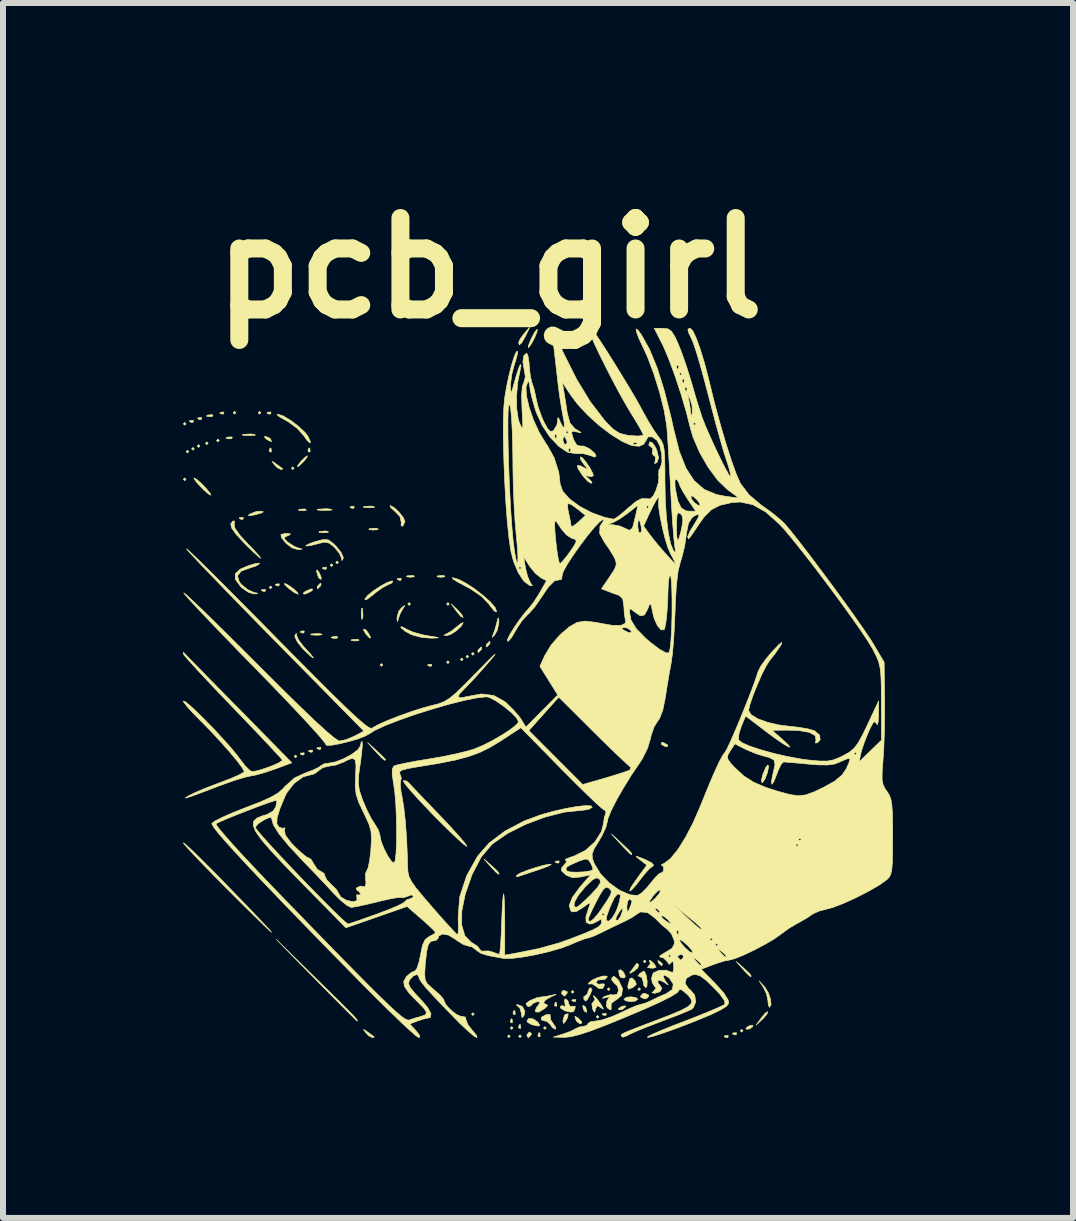
<source format=kicad_pcb>
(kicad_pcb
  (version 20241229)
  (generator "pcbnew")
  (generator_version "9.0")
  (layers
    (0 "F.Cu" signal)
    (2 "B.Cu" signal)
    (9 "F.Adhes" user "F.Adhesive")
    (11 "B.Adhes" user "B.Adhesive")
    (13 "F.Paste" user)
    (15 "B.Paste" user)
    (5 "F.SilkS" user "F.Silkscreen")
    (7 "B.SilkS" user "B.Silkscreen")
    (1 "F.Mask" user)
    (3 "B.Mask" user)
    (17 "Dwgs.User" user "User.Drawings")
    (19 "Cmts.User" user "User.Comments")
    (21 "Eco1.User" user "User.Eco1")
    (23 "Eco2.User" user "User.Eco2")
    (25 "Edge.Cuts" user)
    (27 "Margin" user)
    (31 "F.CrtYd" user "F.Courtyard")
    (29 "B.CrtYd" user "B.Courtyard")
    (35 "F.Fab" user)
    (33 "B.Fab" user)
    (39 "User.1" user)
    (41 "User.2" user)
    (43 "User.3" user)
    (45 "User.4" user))
  (footprint "pcb_girl"
    (layer "F.Cu")
    (at 5.916 8.332)
    (property "Reference" "pcb_girl" (at -0.805 -6.914 0) (layer "F.SilkS") (effects (font (size 1.524 1.524) (thickness 0.3))))
    (attr through_hole)
    (fp_poly (pts (xy -5.865 -4.318) (xy -5.888 -4.295) (xy -5.911 -4.318) (xy -5.888 -4.341) (xy -5.865 -4.318)) (stroke (width 0.01) (type solid)) (fill yes) (layer "F.SilkS"))
    (fp_poly (pts (xy -5.865 -3.394) (xy -5.888 -3.371) (xy -5.911 -3.394) (xy -5.888 -3.417) (xy -5.865 -3.394)) (stroke (width 0.01) (type solid)) (fill yes) (layer "F.SilkS"))
    (fp_poly (pts (xy -5.819 -3.856) (xy -5.842 -3.833) (xy -5.865 -3.856) (xy -5.842 -3.879) (xy -5.819 -3.856)) (stroke (width 0.01) (type solid)) (fill yes) (layer "F.SilkS"))
    (fp_poly (pts (xy -5.727 -3.902) (xy -5.75 -3.879) (xy -5.773 -3.902) (xy -5.75 -3.925) (xy -5.727 -3.902)) (stroke (width 0.01) (type solid)) (fill yes) (layer "F.SilkS"))
    (fp_poly (pts (xy -5.634 -3.949) (xy -5.657 -3.925) (xy -5.68 -3.949) (xy -5.657 -3.972) (xy -5.634 -3.949)) (stroke (width 0.01) (type solid)) (fill yes) (layer "F.SilkS"))
    (fp_poly (pts (xy -5.496 -3.995) (xy -5.519 -3.972) (xy -5.542 -3.995) (xy -5.519 -4.018) (xy -5.496 -3.995)) (stroke (width 0.01) (type solid)) (fill yes) (layer "F.SilkS"))
    (fp_poly (pts (xy -5.311 -4.041) (xy -5.334 -4.018) (xy -5.357 -4.041) (xy -5.334 -4.064) (xy -5.311 -4.041)) (stroke (width 0.01) (type solid)) (fill yes) (layer "F.SilkS"))
    (fp_poly (pts (xy -5.034 -4.503) (xy -5.057 -4.48) (xy -5.08 -4.503) (xy -5.057 -4.526) (xy -5.034 -4.503)) (stroke (width 0.01) (type solid)) (fill yes) (layer "F.SilkS"))
    (fp_poly (pts (xy -4.618 -4.503) (xy -4.641 -4.48) (xy -4.664 -4.503) (xy -4.641 -4.526) (xy -4.618 -4.503)) (stroke (width 0.01) (type solid)) (fill yes) (layer "F.SilkS"))
    (fp_poly (pts (xy -4.433 -1.593) (xy -4.457 -1.57) (xy -4.48 -1.593) (xy -4.457 -1.616) (xy -4.433 -1.593)) (stroke (width 0.01) (type solid)) (fill yes) (layer "F.SilkS"))
    (fp_poly (pts (xy -4.064 -3.579) (xy -4.087 -3.556) (xy -4.11 -3.579) (xy -4.087 -3.602) (xy -4.064 -3.579)) (stroke (width 0.01) (type solid)) (fill yes) (layer "F.SilkS"))
    (fp_poly (pts (xy -4.018 1.224) (xy -4.041 1.247) (xy -4.064 1.224) (xy -4.041 1.201) (xy -4.018 1.224)) (stroke (width 0.01) (type solid)) (fill yes) (layer "F.SilkS"))
    (fp_poly (pts (xy -3.417 -1.963) (xy -3.441 -1.94) (xy -3.464 -1.963) (xy -3.441 -1.986) (xy -3.417 -1.963)) (stroke (width 0.01) (type solid)) (fill yes) (layer "F.SilkS"))
    (fp_poly (pts (xy -3.325 -2.009) (xy -3.348 -1.986) (xy -3.371 -2.009) (xy -3.348 -2.032) (xy -3.325 -2.009)) (stroke (width 0.01) (type solid)) (fill yes) (layer "F.SilkS"))
    (fp_poly (pts (xy -2.586 -0.3) (xy -2.609 -0.277) (xy -2.632 -0.3) (xy -2.609 -0.323) (xy -2.586 -0.3)) (stroke (width 0.01) (type solid)) (fill yes) (layer "F.SilkS"))
    (fp_poly (pts (xy -2.124 -1.316) (xy -2.147 -1.293) (xy -2.171 -1.316) (xy -2.147 -1.339) (xy -2.124 -1.316)) (stroke (width 0.01) (type solid)) (fill yes) (layer "F.SilkS"))
    (fp_poly (pts (xy -1.478 -1.316) (xy -1.501 -1.293) (xy -1.524 -1.316) (xy -1.501 -1.339) (xy -1.478 -1.316)) (stroke (width 0.01) (type solid)) (fill yes) (layer "F.SilkS"))
    (fp_poly (pts (xy -1.478 -0.346) (xy -1.501 -0.323) (xy -1.524 -0.346) (xy -1.501 -0.369) (xy -1.478 -0.346)) (stroke (width 0.01) (type solid)) (fill yes) (layer "F.SilkS"))
    (fp_poly (pts (xy -1.247 -0.393) (xy -1.27 -0.369) (xy -1.293 -0.393) (xy -1.27 -0.416) (xy -1.247 -0.393)) (stroke (width 0.01) (type solid)) (fill yes) (layer "F.SilkS"))
    (fp_poly (pts (xy -1.155 -0.439) (xy -1.178 -0.416) (xy -1.201 -0.439) (xy -1.178 -0.462) (xy -1.155 -0.439)) (stroke (width 0.01) (type solid)) (fill yes) (layer "F.SilkS"))
    (fp_poly (pts (xy -1.062 -0.485) (xy -1.085 -0.462) (xy -1.108 -0.485) (xy -1.085 -0.508) (xy -1.062 -0.485)) (stroke (width 0.01) (type solid)) (fill yes) (layer "F.SilkS"))
    (fp_poly (pts (xy -1.062 5.519) (xy -1.085 5.542) (xy -1.108 5.519) (xy -1.085 5.496) (xy -1.062 5.519)) (stroke (width 0.01) (type solid)) (fill yes) (layer "F.SilkS"))
    (fp_poly (pts (xy -0.462 5.888) (xy -0.485 5.911) (xy -0.508 5.888) (xy -0.485 5.865) (xy -0.462 5.888)) (stroke (width 0.01) (type solid)) (fill yes) (layer "F.SilkS"))
    (fp_poly (pts (xy -0.416 5.75) (xy -0.439 5.773) (xy -0.462 5.75) (xy -0.439 5.727) (xy -0.416 5.75)) (stroke (width 0.01) (type solid)) (fill yes) (layer "F.SilkS"))
    (fp_poly (pts (xy -0.277 5.888) (xy -0.3 5.911) (xy -0.323 5.888) (xy -0.3 5.865) (xy -0.277 5.888)) (stroke (width 0.01) (type solid)) (fill yes) (layer "F.SilkS"))
    (fp_poly (pts (xy 0.139 5.75) (xy 0.115 5.773) (xy 0.092 5.75) (xy 0.115 5.727) (xy 0.139 5.75)) (stroke (width 0.01) (type solid)) (fill yes) (layer "F.SilkS"))
    (fp_poly (pts (xy 0.6 5.149) (xy 0.577 5.172) (xy 0.554 5.149) (xy 0.577 5.126) (xy 0.6 5.149)) (stroke (width 0.01) (type solid)) (fill yes) (layer "F.SilkS"))
    (fp_poly (pts (xy 1.016 5.565) (xy 0.993 5.588) (xy 0.97 5.565) (xy 0.993 5.542) (xy 1.016 5.565)) (stroke (width 0.01) (type solid)) (fill yes) (layer "F.SilkS"))
    (fp_poly (pts (xy 1.201 5.103) (xy 1.178 5.126) (xy 1.155 5.103) (xy 1.178 5.08) (xy 1.201 5.103)) (stroke (width 0.01) (type solid)) (fill yes) (layer "F.SilkS"))
    (fp_poly (pts (xy 1.709 5.103) (xy 1.686 5.126) (xy 1.663 5.103) (xy 1.686 5.08) (xy 1.709 5.103)) (stroke (width 0.01) (type solid)) (fill yes) (layer "F.SilkS"))
    (fp_poly (pts (xy 1.801 4.641) (xy 1.778 4.664) (xy 1.755 4.641) (xy 1.778 4.618) (xy 1.801 4.641)) (stroke (width 0.01) (type solid)) (fill yes) (layer "F.SilkS"))
    (fp_poly (pts (xy 3.417 5.796) (xy 3.394 5.819) (xy 3.371 5.796) (xy 3.394 5.773) (xy 3.417 5.796)) (stroke (width 0.01) (type solid)) (fill yes) (layer "F.SilkS"))
    (fp_poly (pts (xy -5.742 -4.372) (xy -5.748 -4.344) (xy -5.773 -4.341) (xy -5.811 -4.358) (xy -5.804 -4.372) (xy -5.749 -4.377) (xy -5.742 -4.372)) (stroke (width 0.01) (type solid)) (fill yes) (layer "F.SilkS"))
    (fp_poly (pts (xy -5.603 -4.418) (xy -5.61 -4.391) (xy -5.634 -4.387) (xy -5.672 -4.404) (xy -5.665 -4.418) (xy -5.61 -4.424) (xy -5.603 -4.418)) (stroke (width 0.01) (type solid)) (fill yes) (layer "F.SilkS"))
    (fp_poly (pts (xy -5.416 -4.461) (xy -5.43 -4.44) (xy -5.476 -4.437) (xy -5.526 -4.448) (xy -5.504 -4.465) (xy -5.432 -4.471) (xy -5.416 -4.461)) (stroke (width 0.01) (type solid)) (fill yes) (layer "F.SilkS"))
    (fp_poly (pts (xy -5.234 -4.51) (xy -5.24 -4.483) (xy -5.265 -4.48) (xy -5.303 -4.497) (xy -5.296 -4.51) (xy -5.241 -4.516) (xy -5.234 -4.51)) (stroke (width 0.01) (type solid)) (fill yes) (layer "F.SilkS"))
    (fp_poly (pts (xy -5.093 -4.092) (xy -5.106 -4.071) (xy -5.153 -4.068) (xy -5.202 -4.079) (xy -5.181 -4.096) (xy -5.109 -4.101) (xy -5.093 -4.092)) (stroke (width 0.01) (type solid)) (fill yes) (layer "F.SilkS"))
    (fp_poly (pts (xy -4.911 -2.756) (xy -4.917 -2.728) (xy -4.941 -2.725) (xy -4.979 -2.742) (xy -4.972 -2.756) (xy -4.917 -2.761) (xy -4.911 -2.756)) (stroke (width 0.01) (type solid)) (fill yes) (layer "F.SilkS"))
    (fp_poly (pts (xy -4.541 -1.555) (xy -4.548 -1.527) (xy -4.572 -1.524) (xy -4.61 -1.541) (xy -4.603 -1.555) (xy -4.548 -1.56) (xy -4.541 -1.555)) (stroke (width 0.01) (type solid)) (fill yes) (layer "F.SilkS"))
    (fp_poly (pts (xy -4.449 -4.51) (xy -4.455 -4.483) (xy -4.48 -4.48) (xy -4.518 -4.497) (xy -4.51 -4.51) (xy -4.456 -4.516) (xy -4.449 -4.51)) (stroke (width 0.01) (type solid)) (fill yes) (layer "F.SilkS"))
    (fp_poly (pts (xy -4.449 -3.91) (xy -4.443 -3.855) (xy -4.449 -3.848) (xy -4.476 -3.855) (xy -4.48 -3.879) (xy -4.463 -3.917) (xy -4.449 -3.91)) (stroke (width 0.01) (type solid)) (fill yes) (layer "F.SilkS"))
    (fp_poly (pts (xy -4.31 -1.647) (xy -4.317 -1.62) (xy -4.341 -1.616) (xy -4.379 -1.633) (xy -4.372 -1.647) (xy -4.317 -1.653) (xy -4.31 -1.647)) (stroke (width 0.01) (type solid)) (fill yes) (layer "F.SilkS"))
    (fp_poly (pts (xy -3.895 -0.862) (xy -3.901 -0.835) (xy -3.925 -0.831) (xy -3.963 -0.848) (xy -3.956 -0.862) (xy -3.901 -0.868) (xy -3.895 -0.862)) (stroke (width 0.01) (type solid)) (fill yes) (layer "F.SilkS"))
    (fp_poly (pts (xy -3.895 1.17) (xy -3.901 1.197) (xy -3.925 1.201) (xy -3.963 1.184) (xy -3.956 1.17) (xy -3.901 1.164) (xy -3.895 1.17)) (stroke (width 0.01) (type solid)) (fill yes) (layer "F.SilkS"))
    (fp_poly (pts (xy -3.868 -2.894) (xy -3.862 -2.877) (xy -3.925 -2.871) (xy -3.991 -2.878) (xy -3.983 -2.894) (xy -3.889 -2.9) (xy -3.868 -2.894)) (stroke (width 0.01) (type solid)) (fill yes) (layer "F.SilkS"))
    (fp_poly (pts (xy -3.802 -3.91) (xy -3.797 -3.855) (xy -3.802 -3.848) (xy -3.83 -3.855) (xy -3.833 -3.879) (xy -3.816 -3.917) (xy -3.802 -3.91)) (stroke (width 0.01) (type solid)) (fill yes) (layer "F.SilkS"))
    (fp_poly (pts (xy -3.756 1.124) (xy -3.762 1.151) (xy -3.787 1.155) (xy -3.825 1.138) (xy -3.818 1.124) (xy -3.763 1.118) (xy -3.756 1.124)) (stroke (width 0.01) (type solid)) (fill yes) (layer "F.SilkS"))
    (fp_poly (pts (xy -3.618 1.078) (xy -3.624 1.105) (xy -3.648 1.108) (xy -3.686 1.091) (xy -3.679 1.078) (xy -3.624 1.072) (xy -3.618 1.078)) (stroke (width 0.01) (type solid)) (fill yes) (layer "F.SilkS"))
    (fp_poly (pts (xy -3.525 -1.924) (xy -3.532 -1.897) (xy -3.556 -1.893) (xy -3.594 -1.91) (xy -3.587 -1.924) (xy -3.532 -1.93) (xy -3.525 -1.924)) (stroke (width 0.01) (type solid)) (fill yes) (layer "F.SilkS"))
    (fp_poly (pts (xy -3.338 -0.767) (xy -3.351 -0.746) (xy -3.398 -0.743) (xy -3.447 -0.754) (xy -3.426 -0.77) (xy -3.354 -0.776) (xy -3.338 -0.767)) (stroke (width 0.01) (type solid)) (fill yes) (layer "F.SilkS"))
    (fp_poly (pts (xy -3.063 -2.94) (xy -3.07 -2.913) (xy -3.094 -2.909) (xy -3.132 -2.926) (xy -3.125 -2.94) (xy -3.07 -2.946) (xy -3.063 -2.94)) (stroke (width 0.01) (type solid)) (fill yes) (layer "F.SilkS"))
    (fp_poly (pts (xy -2.99 -0.723) (xy -2.984 -0.706) (xy -3.048 -0.7) (xy -3.114 -0.707) (xy -3.106 -0.723) (xy -3.011 -0.729) (xy -2.99 -0.723)) (stroke (width 0.01) (type solid)) (fill yes) (layer "F.SilkS"))
    (fp_poly (pts (xy -2.278 -1.74) (xy -2.285 -1.712) (xy -2.309 -1.709) (xy -2.347 -1.726) (xy -2.34 -1.74) (xy -2.285 -1.745) (xy -2.278 -1.74)) (stroke (width 0.01) (type solid)) (fill yes) (layer "F.SilkS"))
    (fp_poly (pts (xy -2.067 -1.785) (xy -2.061 -1.769) (xy -2.124 -1.762) (xy -2.19 -1.769) (xy -2.182 -1.785) (xy -2.088 -1.792) (xy -2.067 -1.785)) (stroke (width 0.01) (type solid)) (fill yes) (layer "F.SilkS"))
    (fp_poly (pts (xy -1.77 -0.308) (xy -1.777 -0.28) (xy -1.801 -0.277) (xy -1.839 -0.294) (xy -1.832 -0.308) (xy -1.777 -0.313) (xy -1.77 -0.308)) (stroke (width 0.01) (type solid)) (fill yes) (layer "F.SilkS"))
    (fp_poly (pts (xy -1.559 -1.785) (xy -1.553 -1.769) (xy -1.616 -1.762) (xy -1.682 -1.769) (xy -1.674 -1.785) (xy -1.58 -1.792) (xy -1.559 -1.785)) (stroke (width 0.01) (type solid)) (fill yes) (layer "F.SilkS"))
    (fp_poly (pts (xy -0.431 5.603) (xy -0.426 5.658) (xy -0.431 5.665) (xy -0.458 5.659) (xy -0.462 5.634) (xy -0.445 5.596) (xy -0.431 5.603)) (stroke (width 0.01) (type solid)) (fill yes) (layer "F.SilkS"))
    (fp_poly (pts (xy -0.385 5.465) (xy -0.379 5.52) (xy -0.385 5.526) (xy -0.412 5.52) (xy -0.416 5.496) (xy -0.399 5.458) (xy -0.385 5.465)) (stroke (width 0.01) (type solid)) (fill yes) (layer "F.SilkS"))
    (fp_poly (pts (xy -0.292 5.696) (xy -0.287 5.751) (xy -0.292 5.757) (xy -0.32 5.751) (xy -0.323 5.727) (xy -0.306 5.689) (xy -0.292 5.696)) (stroke (width 0.01) (type solid)) (fill yes) (layer "F.SilkS"))
    (fp_poly (pts (xy 0.031 5.834) (xy 0.036 5.889) (xy 0.031 5.896) (xy 0.003 5.89) (xy 0 5.865) (xy 0.017 5.827) (xy 0.031 5.834)) (stroke (width 0.01) (type solid)) (fill yes) (layer "F.SilkS"))
    (fp_poly (pts (xy 0.308 5.326) (xy 0.313 5.381) (xy 0.308 5.388) (xy 0.28 5.382) (xy 0.277 5.357) (xy 0.294 5.319) (xy 0.308 5.326)) (stroke (width 0.01) (type solid)) (fill yes) (layer "F.SilkS"))
    (fp_poly (pts (xy 0.354 2.971) (xy 0.348 2.998) (xy 0.323 3.002) (xy 0.285 2.985) (xy 0.292 2.971) (xy 0.347 2.966) (xy 0.354 2.971)) (stroke (width 0.01) (type solid)) (fill yes) (layer "F.SilkS"))
    (fp_poly (pts (xy 0.631 5.28) (xy 0.625 5.308) (xy 0.6 5.311) (xy 0.562 5.294) (xy 0.57 5.28) (xy 0.624 5.275) (xy 0.631 5.28)) (stroke (width 0.01) (type solid)) (fill yes) (layer "F.SilkS"))
    (fp_poly (pts (xy 1.139 5.511) (xy 1.133 5.538) (xy 1.108 5.542) (xy 1.07 5.525) (xy 1.078 5.511) (xy 1.132 5.506) (xy 1.139 5.511)) (stroke (width 0.01) (type solid)) (fill yes) (layer "F.SilkS"))
    (fp_poly (pts (xy 3.171 5.88) (xy 3.165 5.908) (xy 3.14 5.911) (xy 3.102 5.894) (xy 3.11 5.88) (xy 3.164 5.875) (xy 3.171 5.88)) (stroke (width 0.01) (type solid)) (fill yes) (layer "F.SilkS"))
    (fp_poly (pts (xy 3.31 5.834) (xy 3.303 5.862) (xy 3.279 5.865) (xy 3.241 5.848) (xy 3.248 5.834) (xy 3.303 5.829) (xy 3.31 5.834)) (stroke (width 0.01) (type solid)) (fill yes) (layer "F.SilkS"))
    (fp_poly (pts (xy -4.466 -4.077) (xy -4.457 -4.064) (xy -4.44 -4.022) (xy -4.484 -4.038) (xy -4.526 -4.064) (xy -4.561 -4.101) (xy -4.54 -4.109) (xy -4.466 -4.077)) (stroke (width 0.01) (type solid)) (fill yes) (layer "F.SilkS"))
    (fp_poly (pts (xy -3.643 -1.832) (xy -3.612 -1.756) (xy -3.615 -1.726) (xy -3.647 -1.743) (xy -3.666 -1.78) (xy -3.692 -1.867) (xy -3.681 -1.885) (xy -3.643 -1.832)) (stroke (width 0.01) (type solid)) (fill yes) (layer "F.SilkS"))
    (fp_poly (pts (xy -2.867 -0.882) (xy -2.826 -0.829) (xy -2.788 -0.753) (xy -2.805 -0.748) (xy -2.864 -0.809) (xy -2.904 -0.875) (xy -2.903 -0.9) (xy -2.867 -0.882)) (stroke (width 0.01) (type solid)) (fill yes) (layer "F.SilkS"))
    (fp_poly (pts (xy 0.784 5.391) (xy 0.801 5.424) (xy 0.813 5.489) (xy 0.782 5.477) (xy 0.76 5.446) (xy 0.746 5.386) (xy 0.752 5.375) (xy 0.784 5.391)) (stroke (width 0.01) (type solid)) (fill yes) (layer "F.SilkS"))
    (fp_poly (pts (xy 1.427 4.821) (xy 1.456 4.89) (xy 1.434 4.917) (xy 1.379 4.908) (xy 1.356 4.873) (xy 1.344 4.792) (xy 1.38 4.779) (xy 1.427 4.821)) (stroke (width 0.01) (type solid)) (fill yes) (layer "F.SilkS"))
    (fp_poly (pts (xy 1.454 5.404) (xy 1.405 5.442) (xy 1.352 5.449) (xy 1.339 5.431) (xy 1.375 5.402) (xy 1.411 5.386) (xy 1.459 5.382) (xy 1.454 5.404)) (stroke (width 0.01) (type solid)) (fill yes) (layer "F.SilkS"))
    (fp_poly (pts (xy 2.025 4.637) (xy 2.074 4.683) (xy 2.064 4.71) (xy 2.058 4.711) (xy 2.019 4.678) (xy 2.004 4.657) (xy 1.999 4.626) (xy 2.025 4.637)) (stroke (width 0.01) (type solid)) (fill yes) (layer "F.SilkS"))
    (fp_poly (pts (xy 2.099 0.998) (xy 2.164 1.036) (xy 2.153 1.06) (xy 2.127 1.062) (xy 2.064 1.029) (xy 2.055 1.017) (xy 2.063 0.99) (xy 2.099 0.998)) (stroke (width 0.01) (type solid)) (fill yes) (layer "F.SilkS"))
    (fp_poly (pts (xy 3.579 5.727) (xy 3.529 5.765) (xy 3.476 5.772) (xy 3.464 5.755) (xy 3.5 5.725) (xy 3.535 5.709) (xy 3.583 5.706) (xy 3.579 5.727)) (stroke (width 0.01) (type solid)) (fill yes) (layer "F.SilkS"))
    (fp_poly (pts (xy -4.722 -4.142) (xy -4.711 -4.129) (xy -4.777 -4.122) (xy -4.826 -4.122) (xy -4.915 -4.126) (xy -4.929 -4.137) (xy -4.906 -4.143) (xy -4.786 -4.15) (xy -4.722 -4.142)) (stroke (width 0.01) (type solid)) (fill yes) (layer "F.SilkS"))
    (fp_poly (pts (xy -3.851 -3.758) (xy -3.902 -3.695) (xy -3.972 -3.626) (xy -4.009 -3.602) (xy -4 -3.631) (xy -3.949 -3.695) (xy -3.879 -3.763) (xy -3.842 -3.787) (xy -3.851 -3.758)) (stroke (width 0.01) (type solid)) (fill yes) (layer "F.SilkS"))
    (fp_poly (pts (xy -3.756 -1.55) (xy -3.787 -1.524) (xy -3.871 -1.485) (xy -3.902 -1.479) (xy -3.911 -1.498) (xy -3.879 -1.524) (xy -3.795 -1.563) (xy -3.764 -1.569) (xy -3.756 -1.55)) (stroke (width 0.01) (type solid)) (fill yes) (layer "F.SilkS"))
    (fp_poly (pts (xy -3.617 -1.633) (xy -3.625 -1.616) (xy -3.669 -1.572) (xy -3.677 -1.57) (xy -3.68 -1.6) (xy -3.671 -1.616) (xy -3.628 -1.66) (xy -3.62 -1.663) (xy -3.617 -1.633)) (stroke (width 0.01) (type solid)) (fill yes) (layer "F.SilkS"))
    (fp_poly (pts (xy -3.614 -0.817) (xy -3.599 -0.804) (xy -3.663 -0.796) (xy -3.695 -0.796) (xy -3.779 -0.801) (xy -3.788 -0.813) (xy -3.775 -0.817) (xy -3.658 -0.824) (xy -3.614 -0.817)) (stroke (width 0.01) (type solid)) (fill yes) (layer "F.SilkS"))
    (fp_poly (pts (xy -3.497 -2.524) (xy -3.496 -2.509) (xy -3.568 -2.503) (xy -3.579 -2.503) (xy -3.651 -2.509) (xy -3.644 -2.524) (xy -3.636 -2.526) (xy -3.535 -2.533) (xy -3.497 -2.524)) (stroke (width 0.01) (type solid)) (fill yes) (layer "F.SilkS"))
    (fp_poly (pts (xy -3.452 -2.896) (xy -3.43 -2.884) (xy -3.488 -2.877) (xy -3.556 -2.876) (xy -3.656 -2.879) (xy -3.683 -2.889) (xy -3.66 -2.896) (xy -3.525 -2.904) (xy -3.452 -2.896)) (stroke (width 0.01) (type solid)) (fill yes) (layer "F.SilkS"))
    (fp_poly (pts (xy -2.924 -1.235) (xy -2.917 -1.118) (xy -2.924 -1.074) (xy -2.937 -1.059) (xy -2.944 -1.123) (xy -2.945 -1.155) (xy -2.94 -1.239) (xy -2.928 -1.248) (xy -2.924 -1.235)) (stroke (width 0.01) (type solid)) (fill yes) (layer "F.SilkS"))
    (fp_poly (pts (xy -2.736 -2.941) (xy -2.722 -2.928) (xy -2.786 -2.921) (xy -2.817 -2.92) (xy -2.901 -2.925) (xy -2.911 -2.937) (xy -2.898 -2.941) (xy -2.781 -2.948) (xy -2.736 -2.941)) (stroke (width 0.01) (type solid)) (fill yes) (layer "F.SilkS"))
    (fp_poly (pts (xy -2.666 -2.57) (xy -2.665 -2.555) (xy -2.737 -2.549) (xy -2.748 -2.549) (xy -2.819 -2.556) (xy -2.813 -2.57) (xy -2.805 -2.572) (xy -2.704 -2.579) (xy -2.666 -2.57)) (stroke (width 0.01) (type solid)) (fill yes) (layer "F.SilkS"))
    (fp_poly (pts (xy -1.337 -1.214) (xy -1.269 -1.138) (xy -1.248 -1.093) (xy -1.249 -1.091) (xy -1.287 -1.11) (xy -1.35 -1.184) (xy -1.357 -1.194) (xy -1.445 -1.316) (xy -1.337 -1.214)) (stroke (width 0.01) (type solid)) (fill yes) (layer "F.SilkS"))
    (fp_poly (pts (xy -0.938 -0.571) (xy -0.947 -0.554) (xy -0.99 -0.51) (xy -0.998 -0.508) (xy -1.002 -0.538) (xy -0.993 -0.554) (xy -0.949 -0.598) (xy -0.941 -0.6) (xy -0.938 -0.571)) (stroke (width 0.01) (type solid)) (fill yes) (layer "F.SilkS"))
    (fp_poly (pts (xy -0.8 -0.663) (xy -0.808 -0.647) (xy -0.852 -0.602) (xy -0.86 -0.6) (xy -0.863 -0.63) (xy -0.854 -0.647) (xy -0.811 -0.691) (xy -0.803 -0.693) (xy -0.8 -0.663)) (stroke (width 0.01) (type solid)) (fill yes) (layer "F.SilkS"))
    (fp_poly (pts (xy -0.774 3.045) (xy -0.677 3.135) (xy -0.647 3.179) (xy -0.662 3.187) (xy -0.699 3.156) (xy -0.771 3.079) (xy -0.789 3.06) (xy -0.901 2.933) (xy -0.774 3.045)) (stroke (width 0.01) (type solid)) (fill yes) (layer "F.SilkS"))
    (fp_poly (pts (xy -0.207 -5.784) (xy -0.27 -5.67) (xy -0.311 -5.635) (xy -0.323 -5.675) (xy -0.296 -5.736) (xy -0.229 -5.825) (xy -0.229 -5.825) (xy -0.134 -5.934) (xy -0.207 -5.784)) (stroke (width 0.01) (type solid)) (fill yes) (layer "F.SilkS"))
    (fp_poly (pts (xy -0.108 5.847) (xy -0.115 5.865) (xy -0.157 5.909) (xy -0.164 5.911) (xy -0.184 5.876) (xy -0.185 5.865) (xy -0.149 5.821) (xy -0.136 5.819) (xy -0.108 5.847)) (stroke (width 0.01) (type solid)) (fill yes) (layer "F.SilkS"))
    (fp_poly (pts (xy 0.489 5.148) (xy 0.485 5.172) (xy 0.445 5.216) (xy 0.439 5.219) (xy 0.402 5.186) (xy 0.393 5.172) (xy 0.404 5.133) (xy 0.439 5.126) (xy 0.489 5.148)) (stroke (width 0.01) (type solid)) (fill yes) (layer "F.SilkS"))
    (fp_poly (pts (xy 0.496 5.57) (xy 0.462 5.634) (xy 0.426 5.677) (xy 0.416 5.636) (xy 0.416 5.625) (xy 0.44 5.542) (xy 0.462 5.519) (xy 0.503 5.515) (xy 0.496 5.57)) (stroke (width 0.01) (type solid)) (fill yes) (layer "F.SilkS"))
    (fp_poly (pts (xy 0.655 5.576) (xy 0.669 5.587) (xy 0.733 5.652) (xy 0.718 5.679) (xy 0.698 5.68) (xy 0.648 5.643) (xy 0.627 5.605) (xy 0.615 5.555) (xy 0.655 5.576)) (stroke (width 0.01) (type solid)) (fill yes) (layer "F.SilkS"))
    (fp_poly (pts (xy 1.634 5.244) (xy 1.663 5.271) (xy 1.623 5.301) (xy 1.547 5.311) (xy 1.46 5.297) (xy 1.432 5.271) (xy 1.471 5.24) (xy 1.547 5.23) (xy 1.634 5.244)) (stroke (width 0.01) (type solid)) (fill yes) (layer "F.SilkS"))
    (fp_poly (pts (xy 1.839 5.197) (xy 1.847 5.219) (xy 1.81 5.26) (xy 1.778 5.265) (xy 1.717 5.24) (xy 1.709 5.219) (xy 1.746 5.178) (xy 1.778 5.172) (xy 1.839 5.197)) (stroke (width 0.01) (type solid)) (fill yes) (layer "F.SilkS"))
    (fp_poly (pts (xy 3.429 4.753) (xy 3.526 4.843) (xy 3.555 4.887) (xy 3.541 4.895) (xy 3.504 4.864) (xy 3.431 4.788) (xy 3.414 4.768) (xy 3.302 4.641) (xy 3.429 4.753)) (stroke (width 0.01) (type solid)) (fill yes) (layer "F.SilkS"))
    (fp_poly (pts (xy 3.831 5.478) (xy 3.815 5.52) (xy 3.751 5.594) (xy 3.743 5.601) (xy 3.635 5.703) (xy 3.723 5.581) (xy 3.787 5.503) (xy 3.829 5.477) (xy 3.831 5.478)) (stroke (width 0.01) (type solid)) (fill yes) (layer "F.SilkS"))
    (fp_poly (pts (xy -4.579 -2.856) (xy -4.6 -2.836) (xy -4.704 -2.806) (xy -4.734 -2.799) (xy -4.819 -2.785) (xy -4.822 -2.801) (xy -4.803 -2.815) (xy -4.697 -2.856) (xy -4.645 -2.863) (xy -4.579 -2.856)) (stroke (width 0.01) (type solid)) (fill yes) (layer "F.SilkS"))
    (fp_poly (pts (xy -4.411 -3.683) (xy -4.364 -3.65) (xy -4.286 -3.593) (xy -4.253 -3.569) (xy -4.268 -3.557) (xy -4.282 -3.556) (xy -4.346 -3.589) (xy -4.393 -3.637) (xy -4.433 -3.691) (xy -4.411 -3.683)) (stroke (width 0.01) (type solid)) (fill yes) (layer "F.SilkS"))
    (fp_poly (pts (xy -4.169 -1.636) (xy -4.077 -1.57) (xy -4.009 -1.509) (xy -3.996 -1.48) (xy -4 -1.479) (xy -4.062 -1.507) (xy -4.15 -1.572) (xy -4.221 -1.639) (xy -4.223 -1.66) (xy -4.169 -1.636)) (stroke (width 0.01) (type solid)) (fill yes) (layer "F.SilkS"))
    (fp_poly (pts (xy -2.887 5.784) (xy -2.84 5.817) (xy -2.762 5.874) (xy -2.729 5.898) (xy -2.744 5.911) (xy -2.758 5.911) (xy -2.822 5.879) (xy -2.869 5.83) (xy -2.909 5.776) (xy -2.887 5.784)) (stroke (width 0.01) (type solid)) (fill yes) (layer "F.SilkS"))
    (fp_poly (pts (xy -2.69 1.129) (xy -2.599 1.214) (xy -2.546 1.269) (xy -2.54 1.279) (xy -2.554 1.29) (xy -2.605 1.249) (xy -2.703 1.145) (xy -2.705 1.143) (xy -2.84 0.993) (xy -2.69 1.129)) (stroke (width 0.01) (type solid)) (fill yes) (layer "F.SilkS"))
    (fp_poly (pts (xy -0.651 -1.013) (xy -0.676 -0.885) (xy -0.719 -0.805) (xy -0.761 -0.761) (xy -0.758 -0.781) (xy -0.723 -0.872) (xy -0.69 -0.989) (xy -0.667 -1.079) (xy -0.656 -1.083) (xy -0.651 -1.013)) (stroke (width 0.01) (type solid)) (fill yes) (layer "F.SilkS"))
    (fp_poly (pts (xy -0.081 5.599) (xy -0.006 5.65) (xy 0 5.657) (xy 0.031 5.707) (xy 0.001 5.718) (xy -0.104 5.695) (xy -0.172 5.657) (xy -0.185 5.631) (xy -0.153 5.591) (xy -0.081 5.599)) (stroke (width 0.01) (type solid)) (fill yes) (layer "F.SilkS"))
    (fp_poly (pts (xy 1.397 2.676) (xy 1.51 2.783) (xy 1.562 2.841) (xy 1.564 2.862) (xy 1.556 2.863) (xy 1.52 2.832) (xy 1.442 2.753) (xy 1.383 2.69) (xy 1.224 2.517) (xy 1.397 2.676)) (stroke (width 0.01) (type solid)) (fill yes) (layer "F.SilkS"))
    (fp_poly (pts (xy 1.613 4.96) (xy 1.64 5.021) (xy 1.589 5.07) (xy 1.576 5.077) (xy 1.508 5.103) (xy 1.496 5.063) (xy 1.502 5.028) (xy 1.53 4.93) (xy 1.566 4.915) (xy 1.613 4.96)) (stroke (width 0.01) (type solid)) (fill yes) (layer "F.SilkS"))
    (fp_poly (pts (xy 1.671 4.688) (xy 1.678 4.698) (xy 1.663 4.749) (xy 1.602 4.801) (xy 1.533 4.841) (xy 1.533 4.824) (xy 1.569 4.776) (xy 1.624 4.702) (xy 1.645 4.673) (xy 1.671 4.688)) (stroke (width 0.01) (type solid)) (fill yes) (layer "F.SilkS"))
    (fp_poly (pts (xy -2.228 -1.271) (xy -2.246 -1.247) (xy -2.303 -1.142) (xy -2.322 -1.085) (xy -2.34 -1.022) (xy -2.347 -1.049) (xy -2.35 -1.091) (xy -2.32 -1.198) (xy -2.274 -1.253) (xy -2.22 -1.292) (xy -2.228 -1.271)) (stroke (width 0.01) (type solid)) (fill yes) (layer "F.SilkS"))
    (fp_poly (pts (xy -0.259 5.393) (xy -0.218 5.473) (xy -0.233 5.543) (xy -0.265 5.578) (xy -0.276 5.529) (xy -0.276 5.511) (xy -0.301 5.421) (xy -0.335 5.388) (xy -0.362 5.366) (xy -0.34 5.361) (xy -0.259 5.393)) (stroke (width 0.01) (type solid)) (fill yes) (layer "F.SilkS"))
    (fp_poly (pts (xy 1.888 4.635) (xy 1.94 4.687) (xy 1.969 4.739) (xy 1.923 4.753) (xy 1.888 4.753) (xy 1.826 4.743) (xy 1.836 4.726) (xy 1.873 4.681) (xy 1.868 4.66) (xy 1.854 4.62) (xy 1.888 4.635)) (stroke (width 0.01) (type solid)) (fill yes) (layer "F.SilkS"))
    (fp_poly (pts (xy -5.683 -3.389) (xy -5.607 -3.321) (xy -5.527 -3.238) (xy -5.467 -3.165) (xy -5.453 -3.128) (xy -5.493 -3.151) (xy -5.574 -3.222) (xy -5.619 -3.267) (xy -5.698 -3.355) (xy -5.734 -3.41) (xy -5.731 -3.417) (xy -5.683 -3.389)) (stroke (width 0.01) (type solid)) (fill yes) (layer "F.SilkS"))
    (fp_poly (pts (xy -0.011 -5.892) (xy -0.018 -5.845) (xy -0.056 -5.755) (xy -0.105 -5.66) (xy -0.149 -5.597) (xy -0.162 -5.588) (xy -0.158 -5.625) (xy -0.122 -5.716) (xy -0.106 -5.749) (xy -0.054 -5.847) (xy -0.017 -5.892) (xy -0.011 -5.892)) (stroke (width 0.01) (type solid)) (fill yes) (layer "F.SilkS"))
    (fp_poly (pts (xy 3.783 5.074) (xy 3.838 5.162) (xy 3.874 5.268) (xy 3.884 5.359) (xy 3.861 5.403) (xy 3.856 5.403) (xy 3.838 5.364) (xy 3.833 5.298) (xy 3.808 5.18) (xy 3.76 5.079) (xy 3.687 4.965) (xy 3.783 5.074)) (stroke (width 0.01) (type solid)) (fill yes) (layer "F.SilkS"))
    (fp_poly (pts (xy 3.844 1.394) (xy 3.822 1.499) (xy 3.821 1.501) (xy 3.78 1.606) (xy 3.741 1.661) (xy 3.735 1.663) (xy 3.724 1.625) (xy 3.744 1.534) (xy 3.748 1.524) (xy 3.796 1.41) (xy 3.832 1.366) (xy 3.844 1.394)) (stroke (width 0.01) (type solid)) (fill yes) (layer "F.SilkS"))
    (fp_poly (pts (xy -1.247 -1.003) (xy -1.282 -0.941) (xy -1.365 -0.867) (xy -1.459 -0.807) (xy -1.521 -0.789) (xy -1.568 -0.796) (xy -1.526 -0.817) (xy -1.524 -0.818) (xy -1.44 -0.866) (xy -1.351 -0.938) (xy -1.279 -0.995) (xy -1.247 -1.004) (xy -1.247 -1.003)) (stroke (width 0.01) (type solid)) (fill yes) (layer "F.SilkS"))
    (fp_poly (pts (xy 0.9 5.113) (xy 0.873 5.184) (xy 0.822 5.277) (xy 0.794 5.303) (xy 0.769 5.277) (xy 0.764 5.268) (xy 0.765 5.223) (xy 0.782 5.219) (xy 0.826 5.181) (xy 0.831 5.149) (xy 0.857 5.088) (xy 0.879 5.08) (xy 0.9 5.113)) (stroke (width 0.01) (type solid)) (fill yes) (layer "F.SilkS"))
    (fp_poly (pts (xy 1.774 4.807) (xy 1.803 4.87) (xy 1.819 4.964) (xy 1.817 5.048) (xy 1.798 5.08) (xy 1.763 5.041) (xy 1.755 4.988) (xy 1.732 4.913) (xy 1.699 4.895) (xy 1.668 4.881) (xy 1.699 4.841) (xy 1.756 4.804) (xy 1.774 4.807)) (stroke (width 0.01) (type solid)) (fill yes) (layer "F.SilkS"))
    (fp_poly (pts (xy -2.397 -2.922) (xy -2.314 -2.844) (xy -2.243 -2.754) (xy -2.217 -2.69) (xy -2.249 -2.62) (xy -2.259 -2.612) (xy -2.283 -2.626) (xy -2.278 -2.672) (xy -2.299 -2.771) (xy -2.381 -2.857) (xy -2.452 -2.921) (xy -2.467 -2.954) (xy -2.462 -2.956) (xy -2.397 -2.922)) (stroke (width 0.01) (type solid)) (fill yes) (layer "F.SilkS"))
    (fp_poly (pts (xy -4.021 -0.787) (xy -3.989 -0.715) (xy -3.911 -0.613) (xy -3.87 -0.568) (xy -3.788 -0.478) (xy -3.746 -0.424) (xy -3.746 -0.416) (xy -3.789 -0.446) (xy -3.871 -0.523) (xy -3.922 -0.573) (xy -4.007 -0.678) (xy -4.05 -0.765) (xy -4.05 -0.793) (xy -4.028 -0.827) (xy -4.021 -0.787)) (stroke (width 0.01) (type solid)) (fill yes) (layer "F.SilkS"))
    (fp_poly (pts (xy -2.419 -1.695) (xy -2.436 -1.665) (xy -2.493 -1.64) (xy -2.589 -1.59) (xy -2.709 -1.504) (xy -2.751 -1.468) (xy -2.841 -1.399) (xy -2.883 -1.385) (xy -2.882 -1.404) (xy -2.832 -1.464) (xy -2.735 -1.541) (xy -2.619 -1.617) (xy -2.51 -1.675) (xy -2.434 -1.7) (xy -2.419 -1.695)) (stroke (width 0.01) (type solid)) (fill yes) (layer "F.SilkS"))
    (fp_poly (pts (xy 0.203 5.549) (xy 0.21 5.613) (xy 0.257 5.683) (xy 0.3 5.748) (xy 0.289 5.773) (xy 0.232 5.736) (xy 0.214 5.703) (xy 0.152 5.642) (xy 0.117 5.634) (xy 0.053 5.613) (xy 0.061 5.569) (xy 0.135 5.529) (xy 0.139 5.528) (xy 0.202 5.526) (xy 0.203 5.549)) (stroke (width 0.01) (type solid)) (fill yes) (layer "F.SilkS"))
    (fp_poly (pts (xy 0.221 3.022) (xy 0.19 3.044) (xy 0.094 3.083) (xy -0.009 3.119) (xy -0.158 3.168) (xy -0.277 3.208) (xy -0.323 3.223) (xy -0.365 3.227) (xy -0.346 3.199) (xy -0.284 3.164) (xy -0.17 3.119) (xy -0.032 3.074) (xy 0.098 3.038) (xy 0.192 3.02) (xy 0.221 3.022)) (stroke (width 0.01) (type solid)) (fill yes) (layer "F.SilkS"))
    (fp_poly (pts (xy -4.246 -4.45) (xy -4.121 -4.375) (xy -3.99 -4.275) (xy -3.881 -4.173) (xy -3.832 -4.108) (xy -3.792 -4.019) (xy -3.802 -3.999) (xy -3.85 -4.045) (xy -3.91 -4.13) (xy -4.015 -4.245) (xy -4.159 -4.352) (xy -4.21 -4.38) (xy -4.31 -4.436) (xy -4.349 -4.472) (xy -4.336 -4.48) (xy -4.246 -4.45)) (stroke (width 0.01) (type solid)) (fill yes) (layer "F.SilkS"))
    (fp_poly (pts (xy -3.683 4.941) (xy -3.449 5.171) (xy -3.274 5.344) (xy -3.15 5.468) (xy -3.069 5.551) (xy -3.024 5.602) (xy -3.008 5.627) (xy -3.012 5.634) (xy -3.014 5.634) (xy -3.048 5.603) (xy -3.138 5.515) (xy -3.272 5.381) (xy -3.442 5.21) (xy -3.638 5.012) (xy -3.695 4.953) (xy -4.364 4.272) (xy -3.683 4.941)) (stroke (width 0.01) (type solid)) (fill yes) (layer "F.SilkS"))
    (fp_poly (pts (xy -2.213 -0.909) (xy -2.2 -0.9) (xy -2.083 -0.847) (xy -1.921 -0.802) (xy -1.836 -0.786) (xy -1.703 -0.766) (xy -1.657 -0.754) (xy -1.692 -0.749) (xy -1.778 -0.746) (xy -1.941 -0.76) (xy -2.093 -0.8) (xy -2.107 -0.805) (xy -2.216 -0.864) (xy -2.284 -0.921) (xy -2.286 -0.924) (xy -2.278 -0.941) (xy -2.213 -0.909)) (stroke (width 0.01) (type solid)) (fill yes) (layer "F.SilkS"))
    (fp_poly (pts (xy -4.191 -2.491) (xy -4.123 -2.484) (xy -4.142 -2.466) (xy -4.171 -2.454) (xy -4.228 -2.425) (xy -4.215 -2.388) (xy -4.171 -2.347) (xy -4.065 -2.277) (xy -3.995 -2.25) (xy -3.93 -2.232) (xy -3.956 -2.225) (xy -3.998 -2.222) (xy -4.097 -2.25) (xy -4.194 -2.324) (xy -4.276 -2.422) (xy -4.284 -2.474) (xy -4.218 -2.491) (xy -4.191 -2.491)) (stroke (width 0.01) (type solid)) (fill yes) (layer "F.SilkS"))
    (fp_poly (pts (xy 0.502 5.302) (xy 0.508 5.339) (xy 0.537 5.392) (xy 0.575 5.387) (xy 0.622 5.39) (xy 0.616 5.429) (xy 0.591 5.477) (xy 0.545 5.486) (xy 0.45 5.464) (xy 0.382 5.424) (xy 0.369 5.397) (xy 0.399 5.375) (xy 0.423 5.385) (xy 0.458 5.387) (xy 0.448 5.342) (xy 0.443 5.278) (xy 0.463 5.265) (xy 0.502 5.302)) (stroke (width 0.01) (type solid)) (fill yes) (layer "F.SilkS"))
    (fp_poly (pts (xy 0.942 5.222) (xy 0.988 5.272) (xy 1.042 5.346) (xy 1.089 5.424) (xy 1.083 5.436) (xy 1.051 5.412) (xy 0.991 5.378) (xy 0.964 5.42) (xy 0.961 5.435) (xy 0.944 5.49) (xy 0.922 5.462) (xy 0.908 5.427) (xy 0.898 5.345) (xy 0.921 5.319) (xy 0.95 5.276) (xy 0.944 5.261) (xy 0.922 5.213) (xy 0.942 5.222)) (stroke (width 0.01) (type solid)) (fill yes) (layer "F.SilkS"))
    (fp_poly (pts (xy 1.909 -4) (xy 1.96 -3.925) (xy 1.982 -3.871) (xy 2.01 -3.752) (xy 1.988 -3.682) (xy 1.98 -3.674) (xy 1.944 -3.655) (xy 1.954 -3.706) (xy 1.956 -3.773) (xy 1.933 -3.787) (xy 1.904 -3.821) (xy 1.91 -3.856) (xy 1.911 -3.916) (xy 1.892 -3.925) (xy 1.849 -3.961) (xy 1.847 -3.972) (xy 1.866 -4.02) (xy 1.909 -4)) (stroke (width 0.01) (type solid)) (fill yes) (layer "F.SilkS"))
    (fp_poly (pts (xy -5.055 -2.694) (xy -5.064 -2.654) (xy -5.051 -2.579) (xy -4.968 -2.461) (xy -4.845 -2.329) (xy -4.731 -2.21) (xy -4.652 -2.122) (xy -4.62 -2.08) (xy -4.621 -2.078) (xy -4.663 -2.109) (xy -4.75 -2.189) (xy -4.867 -2.303) (xy -4.885 -2.322) (xy -5.028 -2.474) (xy -5.104 -2.58) (xy -5.121 -2.651) (xy -5.084 -2.699) (xy -5.081 -2.701) (xy -5.055 -2.694)) (stroke (width 0.01) (type solid)) (fill yes) (layer "F.SilkS"))
    (fp_poly (pts (xy -1.329 -1.729) (xy -1.2 -1.662) (xy -1.056 -1.568) (xy -0.916 -1.459) (xy -0.796 -1.352) (xy -0.715 -1.258) (xy -0.69 -1.193) (xy -0.696 -1.182) (xy -0.732 -1.203) (xy -0.794 -1.281) (xy -0.817 -1.314) (xy -0.938 -1.441) (xy -1.125 -1.569) (xy -1.205 -1.611) (xy -1.336 -1.681) (xy -1.416 -1.732) (xy -1.429 -1.755) (xy -1.425 -1.755) (xy -1.329 -1.729)) (stroke (width 0.01) (type solid)) (fill yes) (layer "F.SilkS"))
    (fp_poly (pts (xy 1.703 2.91) (xy 1.787 2.944) (xy 1.892 2.997) (xy 1.928 3.037) (xy 1.917 3.048) (xy 1.855 3.097) (xy 1.766 3.196) (xy 1.712 3.267) (xy 1.626 3.377) (xy 1.562 3.448) (xy 1.528 3.469) (xy 1.538 3.431) (xy 1.551 3.406) (xy 1.598 3.334) (xy 1.675 3.225) (xy 1.699 3.192) (xy 1.815 3.036) (xy 1.704 2.95) (xy 1.641 2.899) (xy 1.638 2.886) (xy 1.703 2.91)) (stroke (width 0.01) (type solid)) (fill yes) (layer "F.SilkS"))
    (fp_poly (pts (xy -4.641 -1.987) (xy -4.7 -1.949) (xy -4.8 -1.917) (xy -4.948 -1.863) (xy -5.008 -1.785) (xy -4.979 -1.686) (xy -4.942 -1.641) (xy -4.839 -1.556) (xy -4.739 -1.51) (xy -4.67 -1.494) (xy -4.691 -1.487) (xy -4.737 -1.484) (xy -4.829 -1.512) (xy -4.936 -1.588) (xy -4.957 -1.609) (xy -5.043 -1.726) (xy -5.045 -1.82) (xy -4.96 -1.898) (xy -4.821 -1.957) (xy -4.707 -1.99) (xy -4.645 -1.997) (xy -4.641 -1.987)) (stroke (width 0.01) (type solid)) (fill yes) (layer "F.SilkS"))
    (fp_poly (pts (xy -3.492 -2.384) (xy -3.412 -2.324) (xy -3.363 -2.276) (xy -3.282 -2.176) (xy -3.245 -2.093) (xy -3.247 -2.072) (xy -3.268 -2.039) (xy -3.275 -2.082) (xy -3.309 -2.161) (xy -3.388 -2.256) (xy -3.394 -2.263) (xy -3.48 -2.331) (xy -3.561 -2.347) (xy -3.68 -2.318) (xy -3.794 -2.289) (xy -3.863 -2.282) (xy -3.87 -2.284) (xy -3.842 -2.307) (xy -3.75 -2.343) (xy -3.696 -2.36) (xy -3.572 -2.392) (xy -3.492 -2.384)) (stroke (width 0.01) (type solid)) (fill yes) (layer "F.SilkS"))
    (fp_poly (pts (xy 1.148 4.886) (xy 1.155 4.898) (xy 1.115 4.941) (xy 1.019 4.949) (xy 1.004 4.947) (xy 0.972 4.977) (xy 0.97 4.993) (xy 1.003 5.023) (xy 1.039 5.017) (xy 1.099 5.015) (xy 1.108 5.033) (xy 1.078 5.094) (xy 1.012 5.091) (xy 0.97 5.057) (xy 0.902 5.014) (xy 0.865 5.018) (xy 0.839 5.018) (xy 0.847 4.999) (xy 0.904 4.952) (xy 0.996 4.909) (xy 1.089 4.884) (xy 1.148 4.886)) (stroke (width 0.01) (type solid)) (fill yes) (layer "F.SilkS"))
    (fp_poly (pts (xy -2.194 1.633) (xy -2.154 1.665) (xy -2.102 1.721) (xy -1.999 1.83) (xy -1.857 1.978) (xy -1.691 2.151) (xy -1.617 2.228) (xy -1.454 2.401) (xy -1.322 2.547) (xy -1.229 2.656) (xy -1.186 2.716) (xy -1.186 2.725) (xy -1.232 2.693) (xy -1.331 2.606) (xy -1.469 2.475) (xy -1.636 2.31) (xy -1.753 2.192) (xy -1.926 2.01) (xy -2.072 1.852) (xy -2.179 1.728) (xy -2.237 1.65) (xy -2.244 1.629) (xy -2.194 1.633)) (stroke (width 0.01) (type solid)) (fill yes) (layer "F.SilkS"))
    (fp_poly (pts (xy -5.872 2.691) (xy -5.781 2.775) (xy -5.644 2.908) (xy -5.471 3.08) (xy -5.272 3.282) (xy -5.155 3.402) (xy -4.947 3.617) (xy -4.763 3.808) (xy -4.612 3.967) (xy -4.504 4.082) (xy -4.446 4.147) (xy -4.44 4.156) (xy -4.476 4.125) (xy -4.568 4.038) (xy -4.706 3.903) (xy -4.881 3.731) (xy -5.083 3.53) (xy -5.194 3.419) (xy -5.404 3.207) (xy -5.589 3.017) (xy -5.74 2.859) (xy -5.848 2.742) (xy -5.904 2.676) (xy -5.909 2.664) (xy -5.872 2.691)) (stroke (width 0.01) (type solid)) (fill yes) (layer "F.SilkS"))
    (fp_poly (pts (xy 0.742 -3.751) (xy 0.801 -3.68) (xy 0.864 -3.586) (xy 0.911 -3.497) (xy 0.923 -3.454) (xy 0.888 -3.437) (xy 0.843 -3.446) (xy 0.794 -3.456) (xy 0.816 -3.428) (xy 0.852 -3.398) (xy 0.901 -3.345) (xy 0.889 -3.325) (xy 0.83 -3.36) (xy 0.753 -3.444) (xy 0.742 -3.459) (xy 0.667 -3.574) (xy 0.655 -3.626) (xy 0.704 -3.619) (xy 0.75 -3.597) (xy 0.821 -3.562) (xy 0.823 -3.576) (xy 0.766 -3.642) (xy 0.712 -3.721) (xy 0.706 -3.769) (xy 0.742 -3.751)) (stroke (width 0.01) (type solid)) (fill yes) (layer "F.SilkS"))
    (fp_poly (pts (xy 0.289 5.199) (xy 0.219 5.229) (xy 0.125 5.283) (xy 0.092 5.331) (xy 0.13 5.356) (xy 0.147 5.357) (xy 0.159 5.379) (xy 0.113 5.425) (xy 0.01 5.487) (xy -0.041 5.481) (xy -0.046 5.459) (xy -0.017 5.397) (xy 0.009 5.366) (xy 0.037 5.321) (xy -0.01 5.311) (xy -0.085 5.34) (xy -0.103 5.365) (xy -0.149 5.395) (xy -0.179 5.384) (xy -0.2 5.344) (xy -0.138 5.296) (xy -0.128 5.291) (xy -0.021 5.247) (xy 0.048 5.234) (xy 0.144 5.222) (xy 0.231 5.204) (xy 0.301 5.189) (xy 0.289 5.199)) (stroke (width 0.01) (type solid)) (fill yes) (layer "F.SilkS"))
    (fp_poly (pts (xy 1.319 4.93) (xy 1.347 4.964) (xy 1.409 5.093) (xy 1.393 5.207) (xy 1.305 5.283) (xy 1.287 5.29) (xy 1.221 5.34) (xy 1.219 5.384) (xy 1.22 5.441) (xy 1.204 5.449) (xy 1.154 5.413) (xy 1.14 5.386) (xy 1.147 5.301) (xy 1.17 5.268) (xy 1.194 5.232) (xy 1.142 5.24) (xy 1.131 5.243) (xy 1.072 5.258) (xy 1.094 5.235) (xy 1.108 5.224) (xy 1.209 5.194) (xy 1.258 5.2) (xy 1.319 5.187) (xy 1.342 5.126) (xy 1.325 5.052) (xy 1.273 5.005) (xy 1.228 4.949) (xy 1.232 4.915) (xy 1.263 4.886) (xy 1.319 4.93)) (stroke (width 0.01) (type solid)) (fill yes) (layer "F.SilkS"))
    (fp_poly (pts (xy -5.905 -0.508) (xy -5.869 -0.47) (xy -5.777 -0.375) (xy -5.637 -0.232) (xy -5.458 -0.049) (xy -5.247 0.165) (xy -5.015 0.402) (xy -4.994 0.422) (xy -4.102 1.33) (xy -4.372 1.431) (xy -4.541 1.489) (xy -4.697 1.533) (xy -4.78 1.548) (xy -4.884 1.571) (xy -5.046 1.62) (xy -5.238 1.687) (xy -5.334 1.722) (xy -5.576 1.815) (xy -5.741 1.876) (xy -5.838 1.91) (xy -5.877 1.92) (xy -5.866 1.907) (xy -5.815 1.876) (xy -5.811 1.874) (xy -5.712 1.826) (xy -5.554 1.759) (xy -5.365 1.686) (xy -5.292 1.659) (xy -5.118 1.592) (xy -4.982 1.532) (xy -4.906 1.489) (xy -4.895 1.476) (xy -4.926 1.417) (xy -5.008 1.307) (xy -5.129 1.161) (xy -5.277 0.993) (xy -5.438 0.819) (xy -5.601 0.653) (xy -5.629 0.625) (xy -5.757 0.494) (xy -5.855 0.385) (xy -5.907 0.315) (xy -5.911 0.303) (xy -5.883 0.309) (xy -5.805 0.372) (xy -5.691 0.477) (xy -5.554 0.612) (xy -5.406 0.764) (xy -5.26 0.921) (xy -5.128 1.068) (xy -5.024 1.193) (xy -4.976 1.257) (xy -4.884 1.377) (xy -4.804 1.457) (xy -4.763 1.478) (xy -4.677 1.463) (xy -4.556 1.426) (xy -4.427 1.379) (xy -4.32 1.331) (xy -4.263 1.293) (xy -4.26 1.285) (xy -4.294 1.244) (xy -4.384 1.146) (xy -4.52 1) (xy -4.694 0.816) (xy -4.898 0.603) (xy -5.08 0.413) (xy -5.302 0.182) (xy -5.502 -0.029) (xy -5.671 -0.21) (xy -5.8 -0.352) (xy -5.882 -0.445) (xy -5.906 -0.478) (xy -5.911 -0.513) (xy -5.905 -0.508)) (stroke (width 0.01) (type solid)) (fill yes) (layer "F.SilkS"))
    (fp_poly (pts (xy 0.427 -5.494) (xy 0.647 -5.056) (xy 0.868 -4.693) (xy 1.1 -4.389) (xy 1.136 -4.348) (xy 1.257 -4.227) (xy 1.363 -4.16) (xy 1.493 -4.128) (xy 1.536 -4.123) (xy 1.663 -4.115) (xy 1.742 -4.123) (xy 1.755 -4.134) (xy 1.732 -4.187) (xy 1.671 -4.297) (xy 1.584 -4.44) (xy 1.567 -4.467) (xy 1.469 -4.63) (xy 1.358 -4.828) (xy 1.242 -5.045) (xy 1.128 -5.267) (xy 1.024 -5.477) (xy 0.937 -5.661) (xy 0.877 -5.802) (xy 0.849 -5.885) (xy 0.85 -5.899) (xy 0.892 -5.909) (xy 0.894 -5.907) (xy 0.949 -5.833) (xy 1.04 -5.696) (xy 1.156 -5.516) (xy 1.285 -5.31) (xy 1.417 -5.095) (xy 1.541 -4.89) (xy 1.645 -4.713) (xy 1.718 -4.581) (xy 1.721 -4.575) (xy 1.819 -4.396) (xy 1.917 -4.234) (xy 1.996 -4.118) (xy 2.008 -4.103) (xy 2.052 -4.045) (xy 2.082 -3.983) (xy 2.101 -3.897) (xy 2.111 -3.772) (xy 2.115 -3.588) (xy 2.116 -3.355) (xy 2.122 -3.033) (xy 2.142 -2.743) (xy 2.172 -2.5) (xy 2.211 -2.317) (xy 2.257 -2.206) (xy 2.278 -2.184) (xy 2.301 -2.187) (xy 2.292 -2.207) (xy 2.28 -2.267) (xy 2.265 -2.405) (xy 2.249 -2.604) (xy 2.248 -2.607) (xy 2.309 -2.607) (xy 2.313 -2.446) (xy 2.325 -2.375) (xy 2.346 -2.396) (xy 2.378 -2.508) (xy 2.394 -2.575) (xy 2.415 -2.712) (xy 2.4 -2.791) (xy 2.373 -2.821) (xy 2.337 -2.837) (xy 2.317 -2.799) (xy 2.31 -2.69) (xy 2.309 -2.607) (xy 2.248 -2.607) (xy 2.232 -2.85) (xy 2.216 -3.128) (xy 2.215 -3.149) (xy 2.203 -3.377) (xy 2.282 -3.377) (xy 2.285 -3.272) (xy 2.291 -3.225) (xy 2.331 -3.033) (xy 2.385 -2.92) (xy 2.463 -2.869) (xy 2.517 -2.863) (xy 2.629 -2.863) (xy 2.492 -3.066) (xy 2.459 -3.119) (xy 2.549 -3.119) (xy 2.555 -3.071) (xy 2.605 -3.006) (xy 2.669 -2.961) (xy 2.691 -2.956) (xy 2.7 -2.984) (xy 2.655 -3.048) (xy 2.587 -3.109) (xy 2.549 -3.119) (xy 2.459 -3.119) (xy 2.415 -3.19) (xy 2.365 -3.285) (xy 2.355 -3.318) (xy 2.321 -3.385) (xy 2.308 -3.395) (xy 2.282 -3.377) (xy 2.203 -3.377) (xy 2.199 -3.446) (xy 2.183 -3.728) (xy 2.168 -3.976) (xy 2.155 -4.17) (xy 2.145 -4.286) (xy 2.103 -4.541) (xy 2.027 -4.843) (xy 1.93 -5.154) (xy 1.822 -5.441) (xy 1.751 -5.595) (xy 1.678 -5.75) (xy 1.64 -5.855) (xy 1.636 -5.9) (xy 1.669 -5.877) (xy 1.725 -5.8) (xy 1.861 -5.556) (xy 1.986 -5.251) (xy 2.104 -4.876) (xy 2.219 -4.421) (xy 2.262 -4.228) (xy 2.355 -3.862) (xy 2.467 -3.579) (xy 2.602 -3.371) (xy 2.768 -3.227) (xy 2.972 -3.141) (xy 3.123 -3.111) (xy 3.348 -3.082) (xy 3.155 -3.225) (xy 2.996 -3.378) (xy 2.836 -3.594) (xy 2.693 -3.843) (xy 2.584 -4.096) (xy 2.539 -4.249) (xy 2.522 -4.318) (xy 2.586 -4.318) (xy 2.609 -4.295) (xy 2.632 -4.318) (xy 2.609 -4.341) (xy 2.586 -4.318) (xy 2.522 -4.318) (xy 2.471 -4.518) (xy 2.383 -4.817) (xy 2.38 -4.826) (xy 2.491 -4.826) (xy 2.515 -4.711) (xy 2.537 -4.581) (xy 2.546 -4.503) (xy 2.552 -4.438) (xy 2.563 -4.462) (xy 2.571 -4.505) (xy 2.568 -4.62) (xy 2.541 -4.713) (xy 2.491 -4.826) (xy 2.38 -4.826) (xy 2.357 -4.895) (xy 2.448 -4.895) (xy 2.465 -4.857) (xy 2.478 -4.864) (xy 2.484 -4.919) (xy 2.478 -4.926) (xy 2.451 -4.92) (xy 2.448 -4.895) (xy 2.357 -4.895) (xy 2.311 -5.034) (xy 2.401 -5.034) (xy 2.418 -4.996) (xy 2.432 -5.003) (xy 2.438 -5.058) (xy 2.432 -5.065) (xy 2.405 -5.058) (xy 2.401 -5.034) (xy 2.311 -5.034) (xy 2.284 -5.117) (xy 2.272 -5.149) (xy 2.355 -5.149) (xy 2.378 -5.126) (xy 2.401 -5.149) (xy 2.378 -5.172) (xy 2.355 -5.149) (xy 2.272 -5.149) (xy 2.229 -5.265) (xy 2.309 -5.265) (xy 2.326 -5.227) (xy 2.34 -5.234) (xy 2.345 -5.289) (xy 2.34 -5.296) (xy 2.312 -5.289) (xy 2.309 -5.265) (xy 2.229 -5.265) (xy 2.183 -5.39) (xy 2.091 -5.608) (xy 2.072 -5.646) (xy 1.938 -5.911) (xy 2.08 -5.911) (xy 2.164 -5.902) (xy 2.224 -5.862) (xy 2.282 -5.771) (xy 2.334 -5.658) (xy 2.4 -5.491) (xy 2.475 -5.275) (xy 2.545 -5.051) (xy 2.56 -5) (xy 2.62 -4.793) (xy 2.68 -4.596) (xy 2.729 -4.444) (xy 2.741 -4.41) (xy 2.795 -4.274) (xy 2.869 -4.105) (xy 2.952 -3.923) (xy 3.037 -3.746) (xy 3.114 -3.592) (xy 3.175 -3.481) (xy 3.21 -3.43) (xy 3.214 -3.429) (xy 3.21 -3.479) (xy 3.18 -3.591) (xy 3.138 -3.722) (xy 3.094 -3.859) (xy 3.035 -4.064) (xy 2.965 -4.316) (xy 2.892 -4.592) (xy 2.842 -4.786) (xy 2.771 -5.054) (xy 2.703 -5.3) (xy 2.642 -5.507) (xy 2.593 -5.655) (xy 2.567 -5.719) (xy 2.511 -5.836) (xy 2.498 -5.894) (xy 2.527 -5.911) (xy 2.537 -5.911) (xy 2.58 -5.868) (xy 2.637 -5.749) (xy 2.703 -5.566) (xy 2.774 -5.334) (xy 2.844 -5.066) (xy 2.857 -5.011) (xy 2.943 -4.661) (xy 3.036 -4.318) (xy 3.13 -3.997) (xy 3.221 -3.715) (xy 3.302 -3.488) (xy 3.37 -3.333) (xy 3.377 -3.32) (xy 3.519 -3.134) (xy 3.724 -2.961) (xy 3.741 -2.95) (xy 3.896 -2.839) (xy 4.037 -2.723) (xy 4.115 -2.649) (xy 4.213 -2.532) (xy 4.353 -2.356) (xy 4.524 -2.134) (xy 4.712 -1.883) (xy 4.909 -1.619) (xy 5.101 -1.356) (xy 5.278 -1.109) (xy 5.427 -0.896) (xy 5.539 -0.73) (xy 5.583 -0.66) (xy 5.769 -0.346) (xy 5.776 0.277) (xy 5.777 0.552) (xy 5.772 0.836) (xy 5.763 1.093) (xy 5.75 1.286) (xy 5.736 1.481) (xy 5.735 1.609) (xy 5.752 1.697) (xy 5.789 1.769) (xy 5.814 1.804) (xy 5.853 1.866) (xy 5.881 1.937) (xy 5.898 2.036) (xy 5.907 2.179) (xy 5.911 2.385) (xy 5.911 2.565) (xy 5.91 2.819) (xy 5.906 2.997) (xy 5.896 3.116) (xy 5.878 3.192) (xy 5.85 3.243) (xy 5.808 3.284) (xy 5.807 3.284) (xy 5.683 3.372) (xy 5.503 3.475) (xy 5.296 3.581) (xy 5.09 3.674) (xy 4.913 3.742) (xy 4.823 3.766) (xy 4.687 3.801) (xy 4.585 3.847) (xy 4.572 3.856) (xy 4.485 3.915) (xy 4.363 3.985) (xy 4.341 3.996) (xy 4.189 4.085) (xy 4.045 4.189) (xy 4.041 4.193) (xy 3.933 4.269) (xy 3.778 4.359) (xy 3.602 4.452) (xy 3.43 4.534) (xy 3.285 4.593) (xy 3.193 4.618) (xy 3.189 4.618) (xy 3.106 4.634) (xy 2.978 4.674) (xy 2.92 4.695) (xy 2.719 4.771) (xy 2.957 5.012) (xy 3.096 5.167) (xy 3.169 5.284) (xy 3.179 5.339) (xy 3.143 5.387) (xy 3.046 5.448) (xy 2.88 5.528) (xy 2.636 5.629) (xy 2.54 5.667) (xy 2.311 5.755) (xy 2.106 5.828) (xy 1.944 5.881) (xy 1.843 5.907) (xy 1.825 5.909) (xy 1.833 5.893) (xy 1.916 5.851) (xy 2.061 5.788) (xy 2.256 5.709) (xy 2.401 5.654) (xy 2.635 5.563) (xy 2.839 5.481) (xy 2.998 5.413) (xy 3.094 5.368) (xy 3.115 5.355) (xy 3.11 5.296) (xy 3.031 5.187) (xy 2.924 5.073) (xy 2.793 4.948) (xy 2.701 4.881) (xy 2.628 4.859) (xy 2.568 4.867) (xy 2.471 4.923) (xy 2.453 5.009) (xy 2.514 5.097) (xy 2.54 5.115) (xy 2.612 5.203) (xy 2.629 5.316) (xy 2.588 5.414) (xy 2.552 5.443) (xy 2.476 5.476) (xy 2.336 5.533) (xy 2.153 5.603) (xy 2.009 5.658) (xy 1.813 5.733) (xy 1.646 5.801) (xy 1.529 5.854) (xy 1.488 5.877) (xy 1.422 5.903) (xy 1.4 5.895) (xy 1.385 5.878) (xy 1.387 5.862) (xy 1.418 5.841) (xy 1.49 5.808) (xy 1.618 5.758) (xy 1.812 5.683) (xy 1.94 5.635) (xy 2.202 5.534) (xy 2.386 5.456) (xy 2.501 5.394) (xy 2.556 5.34) (xy 2.561 5.288) (xy 2.523 5.229) (xy 2.481 5.185) (xy 2.403 5.119) (xy 2.359 5.106) (xy 2.355 5.116) (xy 2.323 5.159) (xy 2.223 5.223) (xy 2.05 5.31) (xy 1.8 5.424) (xy 1.468 5.565) (xy 1.432 5.58) (xy 1.119 5.707) (xy 0.876 5.799) (xy 0.691 5.86) (xy 0.55 5.895) (xy 0.441 5.907) (xy 0.416 5.906) (xy 0.254 5.902) (xy 0.423 5.849) (xy 0.542 5.806) (xy 0.62 5.767) (xy 0.627 5.761) (xy 0.699 5.731) (xy 0.747 5.727) (xy 0.817 5.706) (xy 0.831 5.68) (xy 0.871 5.648) (xy 0.965 5.634) (xy 1.076 5.614) (xy 1.231 5.561) (xy 1.378 5.496) (xy 1.528 5.425) (xy 1.648 5.375) (xy 1.711 5.357) (xy 1.787 5.337) (xy 1.886 5.293) (xy 2.027 5.225) (xy 2.136 5.179) (xy 2.24 5.108) (xy 2.254 5.017) (xy 2.188 4.919) (xy 2.113 4.868) (xy 2.085 4.888) (xy 2.121 4.964) (xy 2.129 4.975) (xy 2.17 5.031) (xy 2.147 5.02) (xy 2.112 4.993) (xy 2.035 4.954) (xy 1.998 4.96) (xy 2.001 5.008) (xy 2.028 5.031) (xy 2.065 5.089) (xy 2.033 5.146) (xy 1.948 5.172) (xy 1.899 5.163) (xy 1.933 5.131) (xy 1.968 5.086) (xy 1.945 5.06) (xy 1.904 4.993) (xy 1.893 4.921) (xy 1.92 4.834) (xy 2.013 4.791) (xy 2.02 4.789) (xy 2.134 4.787) (xy 2.205 4.813) (xy 2.247 4.826) (xy 2.262 4.764) (xy 2.262 4.728) (xy 2.253 4.645) (xy 2.227 4.651) (xy 2.222 4.657) (xy 2.185 4.691) (xy 2.155 4.645) (xy 2.091 4.582) (xy 2.045 4.572) (xy 2.025 4.556) (xy 2.035 4.549) (xy 2.171 4.549) (xy 2.194 4.572) (xy 2.217 4.549) (xy 2.215 4.548) (xy 2.328 4.548) (xy 2.332 4.572) (xy 2.372 4.616) (xy 2.378 4.618) (xy 2.415 4.586) (xy 2.424 4.572) (xy 2.589 4.572) (xy 2.601 4.596) (xy 2.626 4.63) (xy 2.694 4.702) (xy 2.724 4.701) (xy 2.725 4.693) (xy 2.693 4.655) (xy 2.644 4.612) (xy 2.589 4.572) (xy 2.424 4.572) (xy 2.425 4.572) (xy 2.414 4.533) (xy 2.378 4.526) (xy 2.328 4.548) (xy 2.215 4.548) (xy 2.194 4.526) (xy 2.171 4.549) (xy 2.035 4.549) (xy 2.083 4.513) (xy 2.124 4.491) (xy 2.233 4.423) (xy 2.272 4.351) (xy 2.271 4.295) (xy 2.265 4.279) (xy 2.355 4.279) (xy 2.383 4.335) (xy 2.448 4.41) (xy 2.52 4.475) (xy 2.573 4.503) (xy 2.58 4.501) (xy 2.566 4.457) (xy 2.546 4.434) (xy 3.005 4.434) (xy 3.016 4.458) (xy 3.042 4.491) (xy 3.11 4.563) (xy 3.14 4.563) (xy 3.14 4.555) (xy 3.109 4.516) (xy 3.06 4.474) (xy 3.005 4.434) (xy 2.546 4.434) (xy 2.501 4.381) (xy 2.484 4.364) (xy 2.956 4.364) (xy 2.979 4.387) (xy 3.002 4.364) (xy 2.979 4.341) (xy 2.956 4.364) (xy 2.484 4.364) (xy 2.48 4.361) (xy 2.4 4.294) (xy 2.357 4.274) (xy 2.355 4.279) (xy 2.265 4.279) (xy 2.262 4.272) (xy 2.863 4.272) (xy 2.886 4.295) (xy 2.909 4.272) (xy 2.886 4.249) (xy 2.863 4.272) (xy 2.262 4.272) (xy 2.223 4.179) (xy 2.202 4.156) (xy 2.309 4.156) (xy 2.326 4.194) (xy 2.34 4.187) (xy 2.345 4.132) (xy 2.34 4.126) (xy 2.312 4.132) (xy 2.309 4.156) (xy 2.202 4.156) (xy 2.158 4.11) (xy 2.058 4.027) (xy 1.951 3.919) (xy 1.945 3.913) (xy 1.929 3.902) (xy 2.057 3.902) (xy 2.104 3.947) (xy 2.191 4.007) (xy 2.21 4.004) (xy 2.171 3.949) (xy 2.099 3.89) (xy 2.064 3.879) (xy 2.057 3.902) (xy 1.929 3.902) (xy 1.827 3.827) (xy 1.707 3.816) (xy 1.616 3.874) (xy 1.564 3.91) (xy 1.458 3.966) (xy 1.409 3.989) (xy 1.243 4.068) (xy 1.076 4.15) (xy 1.053 4.162) (xy 0.935 4.217) (xy 0.849 4.247) (xy 0.835 4.249) (xy 0.77 4.267) (xy 0.651 4.313) (xy 0.544 4.36) (xy 0.384 4.42) (xy 0.178 4.479) (xy -0.047 4.531) (xy -0.265 4.57) (xy -0.448 4.592) (xy -0.572 4.591) (xy -0.573 4.591) (xy -0.686 4.57) (xy -0.826 4.544) (xy -0.831 4.543) (xy -0.95 4.507) (xy -1.026 4.456) (xy -1.03 4.45) (xy -1.103 4.396) (xy -1.153 4.387) (xy -1.244 4.359) (xy -1.356 4.289) (xy -1.377 4.272) (xy -1.489 4.203) (xy -1.59 4.184) (xy -1.653 4.216) (xy -1.663 4.254) (xy -1.7 4.291) (xy -1.729 4.295) (xy -1.789 4.309) (xy -1.829 4.363) (xy -1.855 4.473) (xy -1.875 4.657) (xy -1.878 4.684) (xy -1.888 4.845) (xy -1.881 4.944) (xy -1.846 5.012) (xy -1.772 5.08) (xy -1.736 5.11) (xy -1.636 5.198) (xy -1.577 5.267) (xy -1.57 5.285) (xy -1.538 5.357) (xy -1.46 5.444) (xy -1.366 5.52) (xy -1.286 5.558) (xy -1.265 5.556) (xy -1.21 5.569) (xy -1.201 5.608) (xy -1.17 5.691) (xy -1.095 5.79) (xy -1.087 5.798) (xy -1.025 5.872) (xy -1.016 5.91) (xy -1.022 5.911) (xy -1.073 5.88) (xy -1.171 5.796) (xy -1.3 5.675) (xy -1.378 5.596) (xy -1.598 5.369) (xy -1.761 5.197) (xy -1.873 5.073) (xy -1.942 4.987) (xy -1.977 4.93) (xy -1.986 4.898) (xy -2.012 4.858) (xy -2.072 4.878) (xy -2.139 4.947) (xy -2.143 4.955) (xy -2.158 5.009) (xy -2.128 5.078) (xy -2.044 5.18) (xy -1.968 5.259) (xy -1.842 5.404) (xy -1.783 5.511) (xy -1.794 5.574) (xy -1.847 5.588) (xy -1.916 5.603) (xy -2.013 5.636) (xy -2.138 5.683) (xy -2.031 5.797) (xy -1.969 5.879) (xy -1.98 5.911) (xy -1.986 5.911) (xy -2.033 5.88) (xy -2.136 5.79) (xy -2.286 5.651) (xy -2.472 5.471) (xy -2.688 5.258) (xy -2.923 5.022) (xy -2.946 4.999) (xy -3.477 4.458) (xy -3.943 3.98) (xy -4.344 3.565) (xy -4.681 3.212) (xy -4.955 2.919) (xy -5.167 2.687) (xy -5.318 2.515) (xy -5.407 2.401) (xy -5.435 2.348) (xy -5.368 2.348) (xy -5.346 2.389) (xy -5.267 2.487) (xy -5.138 2.635) (xy -4.967 2.825) (xy -4.76 3.046) (xy -4.526 3.293) (xy -4.402 3.421) (xy -3.972 3.865) (xy -3.601 4.247) (xy -3.285 4.571) (xy -3.019 4.841) (xy -2.799 5.063) (xy -2.62 5.24) (xy -2.478 5.377) (xy -2.367 5.479) (xy -2.284 5.55) (xy -2.224 5.594) (xy -2.182 5.615) (xy -2.153 5.619) (xy -2.147 5.617) (xy -2.04 5.582) (xy -1.958 5.56) (xy -1.878 5.532) (xy -1.857 5.491) (xy -1.9 5.423) (xy -2.009 5.312) (xy -2.013 5.308) (xy -2.153 5.163) (xy -2.226 5.057) (xy -2.238 4.974) (xy -2.196 4.898) (xy -2.19 4.891) (xy -2.11 4.824) (xy -2.055 4.803) (xy -2.019 4.761) (xy -1.982 4.65) (xy -1.959 4.537) (xy -1.925 4.373) (xy -1.881 4.278) (xy -1.815 4.227) (xy -1.813 4.226) (xy -1.733 4.183) (xy -1.709 4.157) (xy -1.741 4.117) (xy -1.826 4.036) (xy -1.945 3.93) (xy -1.946 3.929) (xy -2.182 3.725) (xy -2.692 3.903) (xy -3.201 4.08) (xy -3.979 3.289) (xy -4.252 3.008) (xy -4.461 2.784) (xy -4.611 2.609) (xy -4.705 2.476) (xy -4.733 2.408) (xy -4.711 2.408) (xy -4.68 2.455) (xy -4.595 2.555) (xy -4.466 2.698) (xy -4.305 2.872) (xy -4.123 3.066) (xy -3.93 3.268) (xy -3.737 3.466) (xy -3.556 3.651) (xy -3.397 3.809) (xy -3.271 3.93) (xy -3.189 4.002) (xy -3.164 4.018) (xy -3.117 4.003) (xy -3.001 3.964) (xy -2.835 3.905) (xy -2.682 3.851) (xy -2.492 3.779) (xy -2.34 3.715) (xy -2.243 3.665) (xy -2.217 3.643) (xy -2.179 3.607) (xy -2.147 3.602) (xy -2.086 3.576) (xy -2.078 3.554) (xy -2.108 3.53) (xy -2.164 3.553) (xy -2.244 3.58) (xy -2.275 3.575) (xy -2.327 3.575) (xy -2.446 3.595) (xy -2.61 3.631) (xy -2.669 3.646) (xy -2.851 3.69) (xy -3.004 3.723) (xy -3.102 3.74) (xy -3.115 3.741) (xy -3.183 3.708) (xy -3.287 3.624) (xy -3.406 3.505) (xy -3.408 3.503) (xy -3.546 3.354) (xy -3.717 3.174) (xy -3.888 2.996) (xy -3.923 2.96) (xy -4.155 2.711) (xy -4.319 2.511) (xy -4.411 2.362) (xy -4.415 2.347) (xy -4.352 2.347) (xy -4.321 2.399) (xy -4.254 2.424) (xy -4.23 2.414) (xy -4.216 2.419) (xy -4.226 2.455) (xy -4.21 2.538) (xy -4.115 2.664) (xy -4.045 2.736) (xy -3.934 2.839) (xy -3.85 2.905) (xy -3.813 2.92) (xy -3.781 2.94) (xy -3.735 3.019) (xy -3.676 3.107) (xy -3.618 3.14) (xy -3.562 3.177) (xy -3.556 3.206) (xy -3.522 3.279) (xy -3.442 3.362) (xy -3.441 3.363) (xy -3.36 3.441) (xy -3.325 3.502) (xy -3.325 3.503) (xy -3.285 3.568) (xy -3.19 3.623) (xy -3.078 3.647) (xy -3.016 3.625) (xy -3.019 3.577) (xy -3.023 3.529) (xy -3.001 3.533) (xy -2.959 3.529) (xy -2.956 3.513) (xy -2.991 3.466) (xy -3.005 3.464) (xy -3.031 3.435) (xy -3.023 3.414) (xy -2.96 3.385) (xy -2.923 3.392) (xy -2.876 3.392) (xy -2.867 3.329) (xy -2.873 3.281) (xy -2.876 3.18) (xy -2.854 3.129) (xy -2.853 3.129) (xy -2.83 3.08) (xy -2.807 2.963) (xy -2.787 2.803) (xy -2.786 2.786) (xy -2.775 2.604) (xy -2.783 2.473) (xy -2.818 2.35) (xy -2.889 2.196) (xy -2.909 2.156) (xy -2.99 1.984) (xy -3.032 1.851) (xy -3.046 1.716) (xy -3.04 1.552) (xy -3.033 1.376) (xy -3.048 1.281) (xy -3.093 1.255) (xy -3.177 1.286) (xy -3.233 1.316) (xy -3.365 1.367) (xy -3.47 1.384) (xy -3.583 1.41) (xy -3.648 1.455) (xy -3.723 1.513) (xy -3.762 1.524) (xy -3.915 1.565) (xy -4.065 1.674) (xy -4.186 1.83) (xy -4.213 1.883) (xy -4.303 2.1) (xy -4.348 2.25) (xy -4.352 2.347) (xy -4.415 2.347) (xy -4.433 2.283) (xy -4.444 2.242) (xy -4.492 2.248) (xy -4.572 2.286) (xy -4.666 2.348) (xy -4.71 2.404) (xy -4.711 2.408) (xy -4.733 2.408) (xy -4.746 2.377) (xy -4.739 2.305) (xy -4.686 2.253) (xy -4.591 2.214) (xy -4.518 2.193) (xy -4.414 2.135) (xy -4.37 2.065) (xy -4.354 1.983) (xy -4.355 1.956) (xy -4.401 1.966) (xy -4.511 2.003) (xy -4.665 2.059) (xy -4.842 2.127) (xy -5.022 2.197) (xy -5.183 2.262) (xy -5.304 2.314) (xy -5.366 2.346) (xy -5.368 2.348) (xy -5.435 2.348) (xy -5.437 2.345) (xy -5.436 2.342) (xy -5.386 2.303) (xy -5.267 2.242) (xy -5.095 2.166) (xy -4.889 2.084) (xy -4.873 2.078) (xy -4.627 1.983) (xy -4.453 1.905) (xy -4.333 1.835) (xy -4.251 1.765) (xy -4.218 1.726) (xy -4.054 1.581) (xy -3.876 1.5) (xy -3.742 1.449) (xy -3.648 1.402) (xy -3.623 1.382) (xy -3.56 1.346) (xy -3.505 1.339) (xy -3.382 1.318) (xy -3.239 1.263) (xy -3.102 1.189) (xy -2.999 1.111) (xy -2.957 1.044) (xy -2.957 1.043) (xy -2.946 0.981) (xy -2.932 0.978) (xy -2.927 1.032) (xy -2.937 1.152) (xy -2.957 1.316) (xy -2.963 1.352) (xy -2.989 1.539) (xy -2.994 1.672) (xy -2.977 1.787) (xy -2.934 1.92) (xy -2.917 1.964) (xy -2.846 2.128) (xy -2.77 2.274) (xy -2.725 2.343) (xy -2.659 2.452) (xy -2.632 2.548) (xy -2.613 2.643) (xy -2.564 2.766) (xy -2.501 2.887) (xy -2.439 2.975) (xy -2.401 3.002) (xy -2.38 2.959) (xy -2.366 2.843) (xy -2.358 2.673) (xy -2.356 2.468) (xy -2.36 2.248) (xy -2.369 2.031) (xy -2.385 1.836) (xy -2.405 1.688) (xy -2.43 1.525) (xy -2.429 1.484) (xy -2.31 1.484) (xy -2.303 1.509) (xy -2.277 1.586) (xy -2.286 1.617) (xy -2.295 1.688) (xy -2.282 1.813) (xy -2.268 1.884) (xy -2.237 2.067) (xy -2.21 2.316) (xy -2.189 2.605) (xy -2.176 2.91) (xy -2.173 3.054) (xy -2.168 3.145) (xy -2.15 3.225) (xy -2.108 3.31) (xy -2.033 3.416) (xy -1.915 3.559) (xy -1.766 3.732) (xy -1.616 3.904) (xy -1.487 4.047) (xy -1.392 4.149) (xy -1.343 4.198) (xy -1.339 4.2) (xy -1.33 4.159) (xy -1.327 4.051) (xy -1.331 3.913) (xy -1.305 3.566) (xy -1.188 3.212) (xy -1.006 2.886) (xy -0.815 2.668) (xy -0.55 2.469) (xy -0.227 2.299) (xy 0.043 2.199) (xy 0.252 2.14) (xy 0.458 2.093) (xy 0.643 2.06) (xy 0.79 2.044) (xy 0.883 2.048) (xy 0.904 2.073) (xy 0.903 2.074) (xy 0.84 2.108) (xy 0.727 2.124) (xy 0.715 2.124) (xy 0.433 2.154) (xy 0.115 2.236) (xy -0.209 2.358) (xy -0.506 2.507) (xy -0.747 2.673) (xy -0.776 2.699) (xy -0.945 2.899) (xy -1.09 3.175) (xy -1.101 3.2) (xy -1.213 3.521) (xy -1.27 3.802) (xy -1.272 4.035) (xy -1.219 4.212) (xy -1.111 4.324) (xy -1.095 4.332) (xy -1.006 4.389) (xy -0.97 4.441) (xy -0.937 4.472) (xy -0.912 4.468) (xy -0.825 4.466) (xy -0.762 4.483) (xy -0.677 4.514) (xy -0.645 4.523) (xy -0.634 4.481) (xy -0.623 4.366) (xy -0.613 4.195) (xy -0.607 4.029) (xy -0.599 3.825) (xy -0.59 3.658) (xy -0.58 3.548) (xy -0.573 3.514) (xy -0.566 3.549) (xy -0.56 3.659) (xy -0.556 3.826) (xy -0.554 4.015) (xy -0.554 4.536) (xy -0.381 4.506) (xy 0.012 4.427) (xy 0.354 4.332) (xy 0.554 4.26) (xy 0.773 4.175) (xy 0.919 4.113) (xy 1.007 4.065) (xy 1.049 4.025) (xy 1.062 3.984) (xy 1.062 3.978) (xy 1.056 3.956) (xy 1.138 3.956) (xy 1.171 3.972) (xy 1.174 3.972) (xy 1.2 3.952) (xy 1.295 3.952) (xy 1.329 3.955) (xy 1.334 3.952) (xy 1.376 3.891) (xy 1.401 3.822) (xy 1.416 3.75) (xy 1.397 3.76) (xy 1.36 3.807) (xy 1.307 3.895) (xy 1.295 3.952) (xy 1.2 3.952) (xy 1.227 3.932) (xy 1.289 3.831) (xy 1.319 3.763) (xy 1.33 3.729) (xy 1.481 3.729) (xy 1.487 3.811) (xy 1.503 3.808) (xy 1.524 3.764) (xy 1.528 3.754) (xy 1.947 3.754) (xy 1.958 3.78) (xy 2.005 3.829) (xy 2.032 3.819) (xy 2.032 3.813) (xy 1.999 3.774) (xy 1.979 3.759) (xy 1.947 3.754) (xy 1.528 3.754) (xy 1.554 3.685) (xy 2.24 3.685) (xy 2.471 3.897) (xy 2.6 4.015) (xy 2.677 4.08) (xy 2.713 4.105) (xy 2.724 4.098) (xy 2.725 4.091) (xy 2.691 4.055) (xy 2.604 3.979) (xy 2.482 3.879) (xy 2.24 3.685) (xy 1.554 3.685) (xy 1.558 3.674) (xy 1.56 3.665) (xy 1.853 3.665) (xy 1.901 3.637) (xy 1.954 3.589) (xy 2.023 3.508) (xy 2.044 3.452) (xy 2.043 3.451) (xy 2.006 3.457) (xy 1.941 3.52) (xy 1.936 3.527) (xy 1.865 3.627) (xy 1.853 3.665) (xy 1.56 3.665) (xy 1.567 3.637) (xy 1.535 3.603) (xy 1.524 3.602) (xy 1.492 3.642) (xy 1.481 3.729) (xy 1.33 3.729) (xy 1.36 3.635) (xy 1.374 3.545) (xy 1.368 3.523) (xy 1.323 3.518) (xy 1.268 3.588) (xy 1.198 3.742) (xy 1.185 3.775) (xy 1.142 3.897) (xy 1.138 3.956) (xy 1.056 3.956) (xy 1.049 3.933) (xy 1.007 3.962) (xy 0.915 4.01) (xy 0.863 4.018) (xy 0.802 3.989) (xy 0.801 3.953) (xy 0.837 3.953) (xy 0.854 3.97) (xy 0.875 3.972) (xy 0.924 3.936) (xy 0.993 3.856) (xy 1.062 3.856) (xy 1.085 3.879) (xy 1.108 3.856) (xy 1.085 3.833) (xy 1.062 3.856) (xy 0.993 3.856) (xy 1.001 3.846) (xy 1.052 3.775) (xy 1.152 3.626) (xy 1.207 3.534) (xy 1.223 3.48) (xy 1.207 3.444) (xy 1.18 3.419) (xy 1.137 3.403) (xy 1.091 3.437) (xy 1.03 3.534) (xy 0.972 3.643) (xy 0.891 3.807) (xy 0.848 3.904) (xy 0.837 3.953) (xy 0.801 3.953) (xy 0.798 3.899) (xy 0.848 3.741) (xy 0.856 3.722) (xy 0.871 3.673) (xy 0.843 3.675) (xy 0.76 3.733) (xy 0.746 3.743) (xy 0.639 3.81) (xy 0.571 3.815) (xy 0.546 3.797) (xy 0.524 3.721) (xy 0.6 3.721) (xy 0.637 3.741) (xy 0.686 3.71) (xy 0.777 3.63) (xy 0.877 3.533) (xy 0.988 3.413) (xy 1.038 3.335) (xy 1.036 3.284) (xy 1.023 3.268) (xy 0.976 3.247) (xy 0.913 3.278) (xy 0.815 3.37) (xy 0.782 3.404) (xy 0.672 3.538) (xy 0.61 3.648) (xy 0.6 3.721) (xy 0.524 3.721) (xy 0.52 3.708) (xy 0.574 3.573) (xy 0.707 3.392) (xy 0.736 3.359) (xy 0.879 3.196) (xy 0.716 3.233) (xy 0.578 3.246) (xy 0.476 3.206) (xy 0.456 3.191) (xy 0.39 3.128) (xy 0.392 3.106) (xy 0.467 3.106) (xy 0.48 3.133) (xy 0.534 3.15) (xy 0.643 3.154) (xy 0.768 3.148) (xy 0.873 3.132) (xy 0.916 3.115) (xy 0.909 3.07) (xy 0.88 3.006) (xy 0.84 2.947) (xy 0.79 2.934) (xy 0.697 2.964) (xy 0.659 2.98) (xy 0.532 3.036) (xy 0.474 3.072) (xy 0.467 3.106) (xy 0.392 3.106) (xy 0.395 3.08) (xy 0.436 3.034) (xy 0.483 2.973) (xy 0.455 2.953) (xy 0.454 2.952) (xy 0.457 2.939) (xy 0.531 2.908) (xy 0.606 2.883) (xy 0.67 2.851) (xy 0.902 2.851) (xy 0.907 2.928) (xy 0.938 3.011) (xy 1.041 3.18) (xy 1.191 3.335) (xy 1.364 3.458) (xy 1.537 3.531) (xy 1.66 3.541) (xy 1.725 3.502) (xy 1.817 3.41) (xy 1.875 3.339) (xy 1.961 3.235) (xy 2.024 3.175) (xy 2.045 3.168) (xy 2.077 3.153) (xy 2.094 3.119) (xy 2.091 3.057) (xy 2.065 3.045) (xy 2.057 3.029) (xy 2.111 3.001) (xy 2.211 2.925) (xy 2.331 2.776) (xy 2.378 2.702) (xy 4.295 2.702) (xy 4.318 2.725) (xy 4.341 2.702) (xy 4.318 2.679) (xy 4.295 2.702) (xy 2.378 2.702) (xy 2.436 2.609) (xy 4.341 2.609) (xy 4.364 2.632) (xy 4.387 2.609) (xy 4.364 2.586) (xy 4.341 2.609) (xy 2.436 2.609) (xy 2.46 2.571) (xy 2.588 2.324) (xy 2.697 2.074) (xy 2.83 1.747) (xy 2.935 1.499) (xy 3.017 1.321) (xy 3.047 1.265) (xy 3.161 1.265) (xy 3.21 1.336) (xy 3.284 1.415) (xy 3.432 1.551) (xy 3.594 1.654) (xy 3.797 1.741) (xy 3.994 1.804) (xy 4.191 1.858) (xy 4.336 1.88) (xy 4.463 1.866) (xy 4.607 1.813) (xy 4.757 1.741) (xy 4.946 1.636) (xy 5.067 1.535) (xy 5.136 1.434) (xy 5.183 1.328) (xy 5.2 1.264) (xy 5.198 1.258) (xy 5.15 1.265) (xy 5.055 1.305) (xy 5.038 1.314) (xy 4.944 1.351) (xy 4.83 1.367) (xy 4.671 1.365) (xy 4.514 1.353) (xy 4.333 1.336) (xy 4.188 1.324) (xy 4.101 1.317) (xy 4.091 1.317) (xy 4.052 1.356) (xy 4.004 1.456) (xy 3.982 1.515) (xy 3.93 1.646) (xy 3.897 1.688) (xy 3.89 1.644) (xy 3.916 1.514) (xy 3.92 1.498) (xy 3.95 1.361) (xy 3.933 1.284) (xy 3.855 1.242) (xy 3.775 1.222) (xy 3.632 1.178) (xy 3.476 1.113) (xy 3.453 1.102) (xy 3.281 1.015) (xy 3.204 1.133) (xy 3.161 1.208) (xy 3.161 1.265) (xy 3.047 1.265) (xy 3.08 1.205) (xy 3.117 1.155) (xy 3.154 1.09) (xy 3.216 0.958) (xy 3.294 0.778) (xy 3.381 0.57) (xy 3.469 0.352) (xy 3.551 0.144) (xy 3.617 -0.034) (xy 3.66 -0.163) (xy 3.666 -0.185) (xy 3.712 -0.278) (xy 3.804 -0.406) (xy 3.911 -0.531) (xy 4.016 -0.64) (xy 4.063 -0.677) (xy 4.055 -0.645) (xy 4.043 -0.623) (xy 3.95 -0.487) (xy 3.857 -0.369) (xy 3.801 -0.282) (xy 3.729 -0.139) (xy 3.653 0.035) (xy 3.583 0.21) (xy 3.532 0.36) (xy 3.51 0.456) (xy 3.51 0.461) (xy 3.553 0.53) (xy 3.667 0.599) (xy 3.835 0.659) (xy 4.034 0.703) (xy 4.16 0.718) (xy 4.344 0.739) (xy 4.502 0.766) (xy 4.603 0.795) (xy 4.607 0.796) (xy 4.693 0.868) (xy 4.703 0.947) (xy 4.657 0.998) (xy 4.622 1) (xy 4.633 0.953) (xy 4.621 0.878) (xy 4.525 0.824) (xy 4.35 0.793) (xy 4.165 0.787) (xy 3.902 0.789) (xy 4.087 0.952) (xy 4.176 1.036) (xy 4.198 1.07) (xy 4.16 1.058) (xy 4.07 1.003) (xy 3.936 0.91) (xy 3.765 0.783) (xy 3.765 0.782) (xy 3.461 0.55) (xy 3.39 0.719) (xy 3.35 0.842) (xy 3.34 0.936) (xy 3.343 0.95) (xy 3.401 0.996) (xy 3.53 1.053) (xy 3.712 1.113) (xy 3.927 1.173) (xy 4.157 1.226) (xy 4.382 1.267) (xy 4.498 1.283) (xy 4.689 1.301) (xy 4.82 1.302) (xy 4.924 1.282) (xy 5.034 1.238) (xy 5.08 1.215) (xy 5.148 1.178) (xy 5.265 1.178) (xy 5.288 1.201) (xy 5.311 1.178) (xy 5.288 1.155) (xy 5.265 1.178) (xy 5.148 1.178) (xy 5.186 1.156) (xy 5.266 1.091) (xy 5.336 0.999) (xy 5.413 0.859) (xy 5.488 0.703) (xy 5.677 0.3) (xy 5.676 0.531) (xy 5.669 0.655) (xy 5.654 0.697) (xy 5.641 0.677) (xy 5.614 0.643) (xy 5.579 0.673) (xy 5.525 0.778) (xy 5.508 0.816) (xy 5.444 0.975) (xy 5.394 1.123) (xy 5.38 1.178) (xy 5.351 1.316) (xy 5.538 1.134) (xy 5.726 0.952) (xy 5.723 0.327) (xy 5.722 0.073) (xy 5.716 -0.109) (xy 5.703 -0.241) (xy 5.68 -0.344) (xy 5.643 -0.439) (xy 5.588 -0.546) (xy 5.58 -0.563) (xy 5.499 -0.697) (xy 5.372 -0.887) (xy 5.208 -1.12) (xy 5.021 -1.379) (xy 4.819 -1.651) (xy 4.616 -1.92) (xy 4.421 -2.171) (xy 4.247 -2.39) (xy 4.103 -2.561) (xy 4.026 -2.645) (xy 3.796 -2.85) (xy 3.581 -2.971) (xy 3.369 -3.016) (xy 3.233 -3.007) (xy 3.034 -2.961) (xy 2.889 -2.888) (xy 2.767 -2.765) (xy 2.674 -2.633) (xy 2.592 -2.51) (xy 2.532 -2.426) (xy 2.509 -2.401) (xy 2.494 -2.435) (xy 2.533 -2.529) (xy 2.608 -2.649) (xy 2.676 -2.764) (xy 2.681 -2.813) (xy 2.625 -2.795) (xy 2.57 -2.759) (xy 2.508 -2.661) (xy 2.473 -2.486) (xy 2.472 -2.47) (xy 2.444 -2.279) (xy 2.395 -2.083) (xy 2.378 -2.032) (xy 2.336 -1.868) (xy 2.307 -1.629) (xy 2.288 -1.308) (xy 2.285 -1.201) (xy 2.274 -0.943) (xy 2.259 -0.694) (xy 2.24 -0.481) (xy 2.219 -0.331) (xy 2.218 -0.323) (xy 2.183 -0.134) (xy 2.146 0.089) (xy 2.123 0.242) (xy 2.081 0.45) (xy 2.025 0.596) (xy 1.993 0.639) (xy 1.932 0.738) (xy 1.884 0.881) (xy 1.875 0.925) (xy 1.827 1.085) (xy 1.741 1.261) (xy 1.692 1.336) (xy 1.555 1.538) (xy 1.424 1.75) (xy 1.308 1.953) (xy 1.218 2.13) (xy 1.165 2.261) (xy 1.155 2.313) (xy 1.13 2.409) (xy 1.068 2.543) (xy 1.014 2.636) (xy 0.935 2.765) (xy 0.902 2.851) (xy 0.67 2.851) (xy 0.793 2.79) (xy 0.95 2.647) (xy 1.057 2.479) (xy 1.09 2.349) (xy 1.107 2.237) (xy 1.129 2.174) (xy 1.13 2.129) (xy 1.114 2.124) (xy 1.069 2.093) (xy 0.97 2.005) (xy 0.828 1.869) (xy 0.652 1.697) (xy 0.453 1.497) (xy 0.391 1.435) (xy -0.239 0.793) (xy -0.152 0.793) (xy 0.296 1.243) (xy 0.745 1.693) (xy 1.115 1.586) (xy 1.291 1.533) (xy 1.435 1.487) (xy 1.521 1.455) (xy 1.533 1.449) (xy 1.548 1.407) (xy 1.522 1.384) (xy 1.471 1.341) (xy 1.367 1.243) (xy 1.222 1.104) (xy 1.048 0.934) (xy 0.905 0.792) (xy 0.346 0.236) (xy -0.152 0.793) (xy -0.239 0.793) (xy -0.285 0.746) (xy -0.628 0.97) (xy -0.802 1.075) (xy -0.972 1.159) (xy -1.159 1.227) (xy -1.381 1.286) (xy -1.659 1.341) (xy -1.972 1.392) (xy -2.161 1.425) (xy -2.27 1.454) (xy -2.31 1.484) (xy -2.429 1.484) (xy -2.428 1.43) (xy -2.4 1.385) (xy -2.398 1.383) (xy -2.331 1.362) (xy -2.194 1.333) (xy -2.008 1.298) (xy -1.835 1.27) (xy -1.596 1.229) (xy -1.36 1.18) (xy -1.161 1.131) (xy -1.069 1.103) (xy -0.923 1.043) (xy -0.759 0.96) (xy -0.596 0.865) (xy -0.455 0.773) (xy -0.357 0.695) (xy -0.323 0.647) (xy -0.359 0.581) (xy -0.45 0.488) (xy -0.572 0.388) (xy -0.7 0.299) (xy -0.809 0.242) (xy -0.856 0.231) (xy -1.01 0.247) (xy -1.224 0.29) (xy -1.48 0.354) (xy -1.758 0.434) (xy -2.04 0.523) (xy -2.306 0.616) (xy -2.537 0.706) (xy -2.715 0.787) (xy -2.816 0.85) (xy -2.891 0.891) (xy -3.013 0.936) (xy -3.16 0.978) (xy -3.308 1.014) (xy -3.435 1.037) (xy -3.519 1.041) (xy -3.537 1.023) (xy -3.563 0.982) (xy -3.646 0.882) (xy -3.78 0.732) (xy -3.959 0.539) (xy -4.175 0.31) (xy -4.422 0.053) (xy -4.691 -0.224) (xy -4.717 -0.25) (xy -4.989 -0.528) (xy -5.238 -0.786) (xy -5.458 -1.015) (xy -5.641 -1.208) (xy -5.781 -1.358) (xy -5.871 -1.458) (xy -5.903 -1.501) (xy -5.903 -1.502) (xy -5.867 -1.475) (xy -5.773 -1.389) (xy -5.629 -1.252) (xy -5.441 -1.069) (xy -5.217 -0.849) (xy -4.965 -0.599) (xy -4.69 -0.324) (xy -4.642 -0.276) (xy -4.273 0.092) (xy -3.965 0.394) (xy -3.718 0.631) (xy -3.528 0.804) (xy -3.396 0.915) (xy -3.319 0.965) (xy -3.306 0.968) (xy -3.201 0.945) (xy -3.072 0.892) (xy -3.055 0.884) (xy -2.901 0.802) (xy -4.349 -0.668) (xy -4.651 -0.975) (xy -4.935 -1.266) (xy -5.193 -1.531) (xy -5.418 -1.765) (xy -5.605 -1.959) (xy -5.745 -2.108) (xy -5.831 -2.203) (xy -5.857 -2.235) (xy -5.838 -2.222) (xy -5.761 -2.15) (xy -5.63 -2.024) (xy -5.453 -1.849) (xy -5.235 -1.632) (xy -4.982 -1.378) (xy -4.7 -1.094) (xy -4.395 -0.785) (xy -4.374 -0.763) (xy -4.005 -0.389) (xy -3.695 -0.077) (xy -3.44 0.177) (xy -3.233 0.379) (xy -3.072 0.532) (xy -2.949 0.642) (xy -2.862 0.713) (xy -2.804 0.75) (xy -2.771 0.756) (xy -2.765 0.753) (xy -2.676 0.701) (xy -2.522 0.632) (xy -2.328 0.555) (xy -2.119 0.48) (xy -1.92 0.416) (xy -1.755 0.372) (xy -1.652 0.346) (xy -1.563 0.311) (xy -1.474 0.256) (xy -1.369 0.169) (xy -1.234 0.039) (xy -1.052 -0.145) (xy -1.022 -0.176) (xy -0.857 -0.345) (xy -0.755 -0.446) (xy -0.714 -0.481) (xy -0.734 -0.45) (xy -0.815 -0.353) (xy -0.821 -0.346) (xy -0.96 -0.188) (xy -1.091 -0.043) (xy -1.193 0.063) (xy -1.219 0.089) (xy -1.313 0.188) (xy -1.329 0.24) (xy -1.267 0.246) (xy -1.189 0.228) (xy -0.941 0.183) (xy -0.736 0.209) (xy -0.556 0.309) (xy -0.525 0.335) (xy -0.405 0.453) (xy -0.304 0.572) (xy -0.278 0.61) (xy -0.202 0.736) (xy 0.064 0.468) (xy 0.329 0.2) (xy 0.18 -0.039) (xy 0.032 -0.277) (xy 0.113 -0.457) (xy 0.217 -0.629) (xy 0.363 -0.798) (xy 0.499 -0.915) (xy 1.389 -0.915) (xy 1.422 -0.884) (xy 1.432 -0.877) (xy 1.516 -0.837) (xy 1.557 -0.843) (xy 1.547 -0.877) (xy 1.481 -0.918) (xy 1.44 -0.923) (xy 1.389 -0.915) (xy 0.499 -0.915) (xy 0.523 -0.936) (xy 0.653 -1.01) (xy 0.786 -1.031) (xy 0.974 -1.009) (xy 1.038 -0.995) (xy 1.245 -0.959) (xy 1.387 -0.96) (xy 1.457 -0.997) (xy 1.457 -1.049) (xy 1.44 -1.14) (xy 1.437 -1.188) (xy 1.524 -1.188) (xy 1.551 -1.046) (xy 1.639 -0.903) (xy 1.798 -0.741) (xy 1.873 -0.677) (xy 2.03 -0.558) (xy 2.138 -0.501) (xy 2.184 -0.503) (xy 2.2 -0.563) (xy 2.215 -0.697) (xy 2.227 -0.887) (xy 2.233 -1.114) (xy 2.234 -1.174) (xy 2.234 -1.403) (xy 2.229 -1.594) (xy 2.22 -1.731) (xy 2.209 -1.798) (xy 2.205 -1.801) (xy 2.185 -1.759) (xy 2.172 -1.652) (xy 2.168 -1.559) (xy 2.162 -1.359) (xy 2.149 -1.169) (xy 2.132 -1.011) (xy 2.112 -0.909) (xy 2.102 -0.886) (xy 2.051 -0.885) (xy 1.992 -0.953) (xy 1.939 -1.066) (xy 1.912 -1.169) (xy 1.889 -1.287) (xy 1.872 -1.323) (xy 1.849 -1.286) (xy 1.83 -1.235) (xy 1.775 -1.133) (xy 1.706 -1.118) (xy 1.608 -1.185) (xy 1.546 -1.235) (xy 1.525 -1.219) (xy 1.524 -1.188) (xy 1.437 -1.188) (xy 1.432 -1.268) (xy 1.432 -1.275) (xy 1.412 -1.403) (xy 1.351 -1.46) (xy 1.242 -1.498) (xy 1.164 -1.528) (xy 1.058 -1.57) (xy 1.196 -1.771) (xy 1.275 -1.893) (xy 1.305 -1.973) (xy 1.294 -2.042) (xy 1.269 -2.096) (xy 1.19 -2.228) (xy 1.11 -2.341) (xy 1.028 -2.489) (xy 1.033 -2.614) (xy 1.057 -2.648) (xy 1.171 -2.648) (xy 1.205 -2.64) (xy 1.247 -2.637) (xy 1.365 -2.615) (xy 1.432 -2.586) (xy 1.521 -2.544) (xy 1.569 -2.574) (xy 1.582 -2.609) (xy 1.663 -2.609) (xy 1.676 -2.522) (xy 1.702 -2.494) (xy 1.725 -2.532) (xy 1.72 -2.609) (xy 1.718 -2.616) (xy 1.76 -2.616) (xy 1.852 -2.487) (xy 1.925 -2.393) (xy 2.022 -2.275) (xy 2.126 -2.156) (xy 2.217 -2.055) (xy 2.278 -1.995) (xy 2.292 -1.986) (xy 2.28 -2.021) (xy 2.233 -2.109) (xy 2.212 -2.146) (xy 2.166 -2.252) (xy 2.117 -2.409) (xy 2.072 -2.591) (xy 2.035 -2.773) (xy 2.012 -2.929) (xy 2.009 -3.034) (xy 2.015 -3.058) (xy 2.015 -3.093) (xy 2.01 -3.094) (xy 1.977 -3.056) (xy 1.921 -2.957) (xy 1.871 -2.855) (xy 1.76 -2.616) (xy 1.718 -2.616) (xy 1.697 -2.696) (xy 1.68 -2.725) (xy 1.667 -2.685) (xy 1.663 -2.609) (xy 1.582 -2.609) (xy 1.586 -2.621) (xy 1.612 -2.727) (xy 1.637 -2.832) (xy 1.659 -2.933) (xy 1.801 -2.933) (xy 1.824 -2.909) (xy 1.847 -2.933) (xy 1.824 -2.956) (xy 1.801 -2.933) (xy 1.659 -2.933) (xy 1.666 -2.963) (xy 1.491 -2.825) (xy 1.367 -2.737) (xy 1.258 -2.677) (xy 1.224 -2.665) (xy 1.171 -2.648) (xy 1.057 -2.648) (xy 1.071 -2.669) (xy 1.098 -2.715) (xy 1.083 -2.724) (xy 1.028 -2.687) (xy 0.937 -2.591) (xy 0.824 -2.453) (xy 0.703 -2.293) (xy 0.587 -2.129) (xy 0.489 -1.979) (xy 0.424 -1.862) (xy 0.404 -1.798) (xy 0.393 -1.726) (xy 0.359 -1.72) (xy 0.276 -1.702) (xy 0.172 -1.598) (xy 0.044 -1.409) (xy -0.048 -1.275) (xy -0.145 -1.163) (xy -0.173 -1.139) (xy -0.263 -1.042) (xy -0.353 -0.908) (xy -0.372 -0.873) (xy -0.437 -0.763) (xy -0.492 -0.699) (xy -0.507 -0.693) (xy -0.508 -0.726) (xy -0.466 -0.811) (xy -0.394 -0.928) (xy -0.306 -1.055) (xy -0.216 -1.172) (xy -0.164 -1.23) (xy -0.081 -1.334) (xy 0.01 -1.472) (xy 0.036 -1.516) (xy 0.142 -1.704) (xy 0.045 -1.755) (xy -0.045 -1.829) (xy -0.136 -1.94) (xy -0.145 -1.954) (xy -0.239 -2.101) (xy -0.208 -1.917) (xy -0.175 -1.782) (xy -0.133 -1.681) (xy -0.123 -1.667) (xy -0.094 -1.619) (xy -0.137 -1.624) (xy -0.139 -1.624) (xy -0.236 -1.697) (xy -0.33 -1.84) (xy -0.362 -1.917) (xy -0.323 -1.917) (xy -0.3 -1.893) (xy -0.277 -1.917) (xy -0.3 -1.94) (xy -0.323 -1.917) (xy -0.362 -1.917) (xy -0.409 -2.03) (xy -0.453 -2.202) (xy -0.483 -2.409) (xy -0.511 -2.68) (xy -0.535 -2.997) (xy -0.554 -3.34) (xy -0.568 -3.688) (xy -0.577 -4.022) (xy -0.578 -4.323) (xy -0.577 -4.369) (xy -0.501 -4.369) (xy -0.501 -4.167) (xy -0.497 -3.929) (xy -0.49 -3.667) (xy -0.48 -3.392) (xy -0.467 -3.115) (xy -0.452 -2.848) (xy -0.435 -2.602) (xy -0.416 -2.389) (xy -0.395 -2.218) (xy -0.39 -2.181) (xy -0.364 -2.046) (xy -0.346 -1.995) (xy -0.336 -2.02) (xy -0.335 -2.113) (xy -0.344 -2.266) (xy -0.363 -2.471) (xy -0.365 -2.493) (xy -0.378 -2.651) (xy 0.277 -2.651) (xy 0.283 -2.519) (xy 0.297 -2.361) (xy 0.316 -2.204) (xy 0.337 -2.074) (xy 0.357 -1.997) (xy 0.364 -1.987) (xy 0.405 -2.022) (xy 0.477 -2.11) (xy 0.52 -2.167) (xy 0.604 -2.29) (xy 0.637 -2.357) (xy 0.624 -2.391) (xy 0.565 -2.412) (xy 0.557 -2.414) (xy 0.475 -2.467) (xy 0.388 -2.569) (xy 0.372 -2.593) (xy 0.312 -2.683) (xy 0.284 -2.699) (xy 0.277 -2.651) (xy -0.378 -2.651) (xy -0.384 -2.714) (xy -0.396 -2.928) (xy 0.492 -2.928) (xy 0.512 -2.829) (xy 0.538 -2.706) (xy 0.552 -2.622) (xy 0.553 -2.613) (xy 0.582 -2.612) (xy 0.653 -2.664) (xy 0.673 -2.682) (xy 0.791 -2.793) (xy 0.661 -2.897) (xy 0.552 -2.977) (xy 0.499 -2.989) (xy 0.492 -2.928) (xy -0.396 -2.928) (xy -0.4 -2.995) (xy -0.412 -3.305) (xy -0.418 -3.609) (xy -0.418 -3.685) (xy -0.422 -3.95) (xy -0.429 -4.198) (xy -0.44 -4.406) (xy -0.453 -4.553) (xy -0.459 -4.595) (xy -0.477 -4.649) (xy -0.489 -4.621) (xy -0.498 -4.524) (xy -0.501 -4.369) (xy -0.577 -4.369) (xy -0.571 -4.569) (xy -0.558 -4.734) (xy -0.526 -4.926) (xy -0.485 -5.12) (xy -0.441 -5.296) (xy -0.398 -5.434) (xy -0.362 -5.517) (xy -0.341 -5.529) (xy -0.344 -5.478) (xy -0.372 -5.372) (xy -0.392 -5.312) (xy -0.436 -5.147) (xy -0.458 -4.982) (xy -0.459 -4.947) (xy -0.455 -4.86) (xy -0.446 -4.842) (xy -0.424 -4.901) (xy -0.388 -5.031) (xy -0.346 -5.174) (xy -0.31 -5.276) (xy -0.292 -5.308) (xy -0.282 -5.291) (xy -0.296 -5.219) (xy -0.337 -5.014) (xy -0.357 -4.785) (xy -0.354 -4.567) (xy -0.328 -4.391) (xy -0.311 -4.341) (xy -0.278 -4.267) (xy -0.259 -4.245) (xy -0.253 -4.285) (xy -0.257 -4.398) (xy -0.266 -4.559) (xy -0.273 -4.791) (xy -0.262 -4.929) (xy -0.2 -4.929) (xy -0.191 -4.779) (xy -0.147 -4.591) (xy -0.075 -4.384) (xy 0.019 -4.179) (xy 0.129 -3.995) (xy 0.154 -3.961) (xy 0.269 -3.754) (xy 0.347 -3.51) (xy 0.369 -3.317) (xy 0.411 -3.197) (xy 0.525 -3.068) (xy 0.692 -2.945) (xy 0.894 -2.838) (xy 1.111 -2.76) (xy 1.259 -2.729) (xy 1.31 -2.756) (xy 1.404 -2.829) (xy 1.5 -2.913) (xy 1.634 -3.025) (xy 1.73 -3.074) (xy 1.8 -3.072) (xy 1.869 -3.067) (xy 1.923 -3.12) (xy 1.967 -3.212) (xy 2.006 -3.338) (xy 2.015 -3.437) (xy 2.011 -3.452) (xy 2.014 -3.544) (xy 2.037 -3.585) (xy 2.066 -3.677) (xy 2.062 -3.813) (xy 2.031 -3.951) (xy 1.982 -4.045) (xy 1.904 -4.101) (xy 1.833 -4.1) (xy 1.801 -4.042) (xy 1.801 -4.042) (xy 1.762 -3.98) (xy 1.687 -3.945) (xy 1.567 -3.955) (xy 1.457 -4.002) (xy 1.586 -4.002) (xy 1.592 -3.975) (xy 1.616 -3.972) (xy 1.654 -3.989) (xy 1.647 -4.002) (xy 1.592 -4.008) (xy 1.586 -4.002) (xy 1.457 -4.002) (xy 1.405 -4.025) (xy 1.216 -4.142) (xy 1.017 -4.294) (xy 0.824 -4.469) (xy 0.652 -4.655) (xy 0.542 -4.803) (xy 0.406 -5.011) (xy 0.433 -4.849) (xy 0.458 -4.694) (xy 0.485 -4.519) (xy 0.49 -4.489) (xy 0.532 -4.336) (xy 0.61 -4.242) (xy 0.641 -4.222) (xy 0.715 -4.177) (xy 0.711 -4.168) (xy 0.658 -4.181) (xy 0.582 -4.196) (xy 0.559 -4.172) (xy 0.583 -4.088) (xy 0.6 -4.041) (xy 0.648 -3.964) (xy 0.695 -3.95) (xy 0.764 -3.948) (xy 0.856 -3.905) (xy 0.94 -3.835) (xy 0.97 -3.782) (xy 0.943 -3.764) (xy 0.872 -3.79) (xy 0.755 -3.821) (xy 0.631 -3.821) (xy 0.497 -3.844) (xy 0.443 -3.879) (xy 0.508 -3.879) (xy 0.525 -3.841) (xy 0.539 -3.848) (xy 0.544 -3.903) (xy 0.539 -3.91) (xy 0.511 -3.904) (xy 0.508 -3.879) (xy 0.443 -3.879) (xy 0.349 -3.941) (xy 0.254 -4.041) (xy 0.416 -4.041) (xy 0.44 -3.979) (xy 0.46 -3.972) (xy 0.486 -4.005) (xy 0.479 -4.041) (xy 0.446 -4.102) (xy 0.434 -4.11) (xy 0.418 -4.072) (xy 0.416 -4.041) (xy 0.254 -4.041) (xy 0.203 -4.094) (xy 0.192 -4.11) (xy 0.277 -4.11) (xy 0.294 -4.072) (xy 0.308 -4.079) (xy 0.313 -4.134) (xy 0.308 -4.141) (xy 0.28 -4.135) (xy 0.277 -4.11) (xy 0.192 -4.11) (xy 0.145 -4.179) (xy 0.462 -4.179) (xy 0.485 -4.156) (xy 0.508 -4.179) (xy 0.485 -4.203) (xy 0.462 -4.179) (xy 0.145 -4.179) (xy 0.072 -4.289) (xy -0.029 -4.51) (xy -0.047 -4.563) (xy -0.095 -4.73) (xy -0.128 -4.873) (xy -0.139 -4.954) (xy -0.15 -5.017) (xy -0.169 -5.019) (xy -0.2 -4.929) (xy -0.262 -4.929) (xy -0.261 -4.943) (xy -0.238 -5.002) (xy -0.21 -5.102) (xy -0.229 -5.213) (xy -0.252 -5.35) (xy -0.237 -5.453) (xy -0.191 -5.496) (xy -0.188 -5.496) (xy -0.167 -5.454) (xy -0.15 -5.349) (xy -0.145 -5.28) (xy -0.13 -5.134) (xy -0.107 -5.02) (xy -0.096 -4.991) (xy -0.065 -4.899) (xy -0.036 -4.765) (xy -0.032 -4.741) (xy 0.006 -4.588) (xy 0.07 -4.414) (xy 0.095 -4.359) (xy 0.16 -4.238) (xy 0.209 -4.191) (xy 0.255 -4.203) (xy 0.259 -4.207) (xy 0.314 -4.295) (xy 0.326 -4.358) (xy 0.331 -4.422) (xy 0.349 -4.405) (xy 0.373 -4.346) (xy 0.415 -4.264) (xy 0.437 -4.264) (xy 0.437 -4.338) (xy 0.414 -4.463) (xy 0.389 -4.6) (xy 0.359 -4.792) (xy 0.332 -5.001) (xy 0.328 -5.039) (xy 0.303 -5.26) (xy 0.277 -5.483) (xy 0.256 -5.663) (xy 0.254 -5.68) (xy 0.224 -5.934) (xy 0.427 -5.494)) (stroke (width 0.01) (type solid)) (fill yes) (layer "F.SilkS")))
  (gr_rect
    (start -3 -3)
    (end 14.833 17.248)
    (stroke (width 0.1) (type default))
    (fill no)
    (layer "Edge.Cuts")))
</source>
